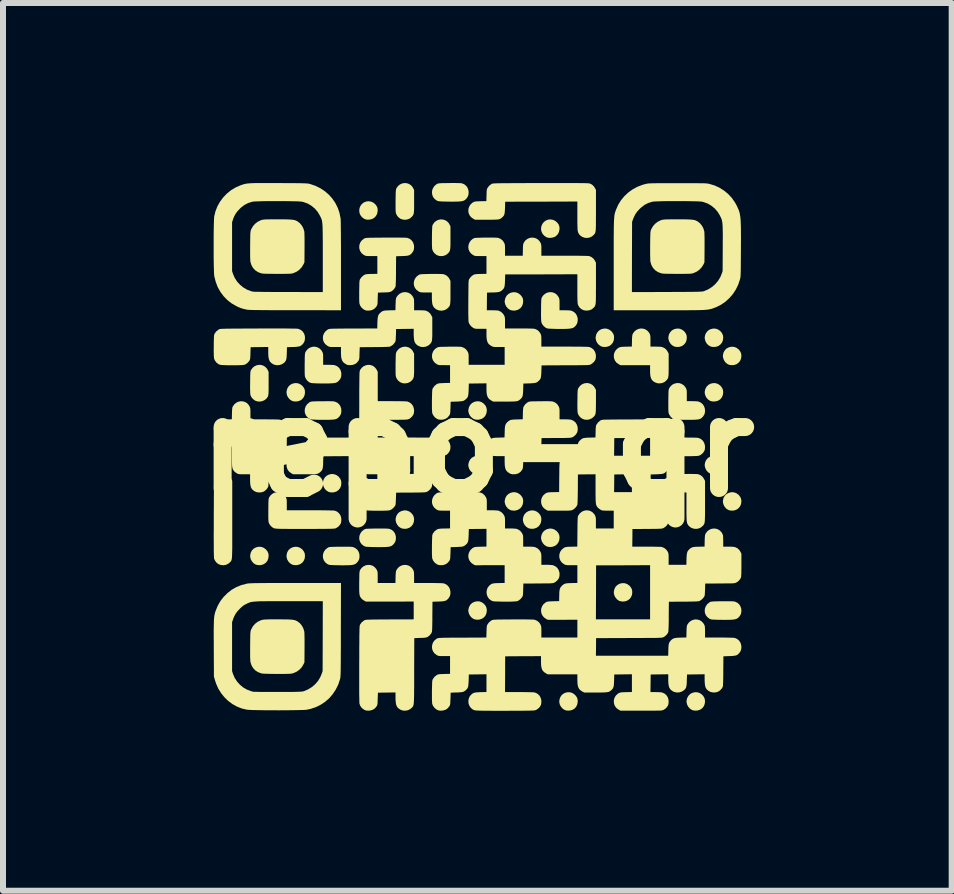
<source format=kicad_pcb>
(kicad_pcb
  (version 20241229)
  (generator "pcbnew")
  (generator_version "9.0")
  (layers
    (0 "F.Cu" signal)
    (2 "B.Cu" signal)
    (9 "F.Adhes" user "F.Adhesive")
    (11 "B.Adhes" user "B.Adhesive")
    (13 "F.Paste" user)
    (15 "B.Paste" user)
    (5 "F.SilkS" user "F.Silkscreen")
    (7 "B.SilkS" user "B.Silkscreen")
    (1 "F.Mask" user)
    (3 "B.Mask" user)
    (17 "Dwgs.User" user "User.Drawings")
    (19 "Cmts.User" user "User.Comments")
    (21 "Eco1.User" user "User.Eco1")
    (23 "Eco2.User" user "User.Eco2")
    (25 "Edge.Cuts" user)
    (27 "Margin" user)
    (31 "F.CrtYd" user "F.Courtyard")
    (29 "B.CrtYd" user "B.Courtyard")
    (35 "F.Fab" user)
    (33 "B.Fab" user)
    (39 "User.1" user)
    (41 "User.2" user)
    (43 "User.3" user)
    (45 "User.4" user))
  (footprint "repo-qr"
    (layer "F.Cu")
    (at 4.906 4.394)
    (property "Reference" "repo-qr" (at 0 0 0) (layer "F.SilkS") (effects (font (size 1.524 1.524) (thickness 0.3))))
    (attr board_only exclude_from_pos_files exclude_from_bom)
    (fp_poly (pts (xy -3.602 1.671) (xy -3.563 1.685) (xy -3.529 1.709) (xy -3.519 1.719) (xy -3.496 1.75) (xy -3.483 1.781) (xy -3.479 1.817) (xy -3.479 1.822) (xy -3.485 1.866) (xy -3.501 1.905) (xy -3.526 1.936) (xy -3.56 1.959) (xy -3.6 1.973) (xy -3.634 1.976) (xy -3.666 1.973) (xy -3.693 1.966) (xy -3.697 1.964) (xy -3.73 1.943) (xy -3.757 1.912) (xy -3.777 1.876) (xy -3.786 1.837) (xy -3.786 1.81) (xy -3.776 1.765) (xy -3.756 1.728) (xy -3.726 1.699) (xy -3.689 1.679) (xy -3.645 1.669) (xy -3.643 1.669)) (stroke (width 0) (type solid)) (fill yes) (layer "F.SilkS"))
    (fp_poly (pts (xy -2.996 -1.057) (xy -2.957 -1.043) (xy -2.922 -1.018) (xy -2.913 -1.009) (xy -2.89 -0.978) (xy -2.877 -0.947) (xy -2.873 -0.91) (xy -2.873 -0.906) (xy -2.878 -0.862) (xy -2.895 -0.823) (xy -2.92 -0.791) (xy -2.953 -0.768) (xy -2.994 -0.755) (xy -3.027 -0.752) (xy -3.06 -0.754) (xy -3.087 -0.762) (xy -3.091 -0.763) (xy -3.124 -0.785) (xy -3.151 -0.815) (xy -3.171 -0.851) (xy -3.18 -0.891) (xy -3.18 -0.918) (xy -3.17 -0.962) (xy -3.15 -0.999) (xy -3.12 -1.029) (xy -3.083 -1.049) (xy -3.039 -1.059) (xy -3.037 -1.059)) (stroke (width 0) (type solid)) (fill yes) (layer "F.SilkS"))
    (fp_poly (pts (xy -2.996 1.671) (xy -2.957 1.685) (xy -2.922 1.709) (xy -2.913 1.719) (xy -2.89 1.75) (xy -2.877 1.781) (xy -2.873 1.817) (xy -2.873 1.822) (xy -2.878 1.866) (xy -2.895 1.905) (xy -2.92 1.936) (xy -2.953 1.959) (xy -2.994 1.973) (xy -3.027 1.976) (xy -3.06 1.973) (xy -3.087 1.966) (xy -3.091 1.964) (xy -3.124 1.943) (xy -3.151 1.912) (xy -3.171 1.876) (xy -3.18 1.837) (xy -3.18 1.81) (xy -3.17 1.765) (xy -3.15 1.728) (xy -3.12 1.699) (xy -3.083 1.679) (xy -3.039 1.669) (xy -3.037 1.669)) (stroke (width 0) (type solid)) (fill yes) (layer "F.SilkS"))
    (fp_poly (pts (xy -2.39 0.459) (xy -2.351 0.473) (xy -2.316 0.497) (xy -2.307 0.507) (xy -2.284 0.537) (xy -2.271 0.569) (xy -2.267 0.605) (xy -2.267 0.609) (xy -2.272 0.654) (xy -2.288 0.692) (xy -2.314 0.724) (xy -2.347 0.747) (xy -2.388 0.761) (xy -2.421 0.764) (xy -2.454 0.761) (xy -2.481 0.754) (xy -2.484 0.752) (xy -2.518 0.73) (xy -2.545 0.7) (xy -2.564 0.664) (xy -2.574 0.625) (xy -2.574 0.597) (xy -2.564 0.553) (xy -2.544 0.516) (xy -2.514 0.487) (xy -2.477 0.467) (xy -2.433 0.456) (xy -2.431 0.456)) (stroke (width 0) (type solid)) (fill yes) (layer "F.SilkS"))
    (fp_poly (pts (xy -1.77 -4.083) (xy -1.732 -4.066) (xy -1.699 -4.037) (xy -1.698 -4.036) (xy -1.677 -4.007) (xy -1.665 -3.978) (xy -1.661 -3.945) (xy -1.662 -3.924) (xy -1.67 -3.881) (xy -1.69 -3.844) (xy -1.72 -3.813) (xy -1.733 -3.804) (xy -1.766 -3.79) (xy -1.804 -3.783) (xy -1.842 -3.783) (xy -1.875 -3.792) (xy -1.878 -3.793) (xy -1.915 -3.817) (xy -1.942 -3.847) (xy -1.96 -3.882) (xy -1.968 -3.919) (xy -1.967 -3.958) (xy -1.957 -3.995) (xy -1.937 -4.03) (xy -1.907 -4.059) (xy -1.89 -4.07) (xy -1.851 -4.086) (xy -1.811 -4.09)) (stroke (width 0) (type solid)) (fill yes) (layer "F.SilkS"))
    (fp_poly (pts (xy -1.178 1.065) (xy -1.139 1.079) (xy -1.104 1.103) (xy -1.095 1.113) (xy -1.072 1.143) (xy -1.059 1.175) (xy -1.054 1.211) (xy -1.054 1.215) (xy -1.06 1.26) (xy -1.076 1.298) (xy -1.102 1.33) (xy -1.135 1.353) (xy -1.175 1.367) (xy -1.209 1.37) (xy -1.241 1.367) (xy -1.269 1.36) (xy -1.272 1.358) (xy -1.306 1.337) (xy -1.333 1.306) (xy -1.352 1.27) (xy -1.362 1.231) (xy -1.362 1.203) (xy -1.352 1.159) (xy -1.331 1.122) (xy -1.302 1.093) (xy -1.264 1.073) (xy -1.22 1.063) (xy -1.219 1.062)) (stroke (width 0) (type solid)) (fill yes) (layer "F.SilkS"))
    (fp_poly (pts (xy 0.035 -0.754) (xy 0.074 -0.74) (xy 0.108 -0.715) (xy 0.117 -0.706) (xy 0.141 -0.675) (xy 0.153 -0.644) (xy 0.158 -0.607) (xy 0.158 -0.603) (xy 0.152 -0.559) (xy 0.136 -0.52) (xy 0.111 -0.488) (xy 0.077 -0.465) (xy 0.037 -0.452) (xy 0.003 -0.448) (xy -0.029 -0.451) (xy -0.057 -0.459) (xy -0.06 -0.46) (xy -0.093 -0.482) (xy -0.121 -0.512) (xy -0.14 -0.548) (xy -0.15 -0.587) (xy -0.15 -0.615) (xy -0.139 -0.659) (xy -0.119 -0.696) (xy -0.09 -0.725) (xy -0.052 -0.746) (xy -0.008 -0.756) (xy -0.007 -0.756)) (stroke (width 0) (type solid)) (fill yes) (layer "F.SilkS"))
    (fp_poly (pts (xy 0.035 0.156) (xy 0.074 0.17) (xy 0.108 0.194) (xy 0.117 0.203) (xy 0.141 0.234) (xy 0.153 0.265) (xy 0.158 0.302) (xy 0.158 0.306) (xy 0.152 0.351) (xy 0.136 0.389) (xy 0.111 0.421) (xy 0.077 0.444) (xy 0.037 0.458) (xy 0.003 0.461) (xy -0.029 0.458) (xy -0.057 0.451) (xy -0.06 0.449) (xy -0.093 0.427) (xy -0.121 0.397) (xy -0.14 0.361) (xy -0.15 0.322) (xy -0.15 0.294) (xy -0.139 0.25) (xy -0.119 0.213) (xy -0.09 0.184) (xy -0.052 0.163) (xy -0.008 0.153) (xy -0.007 0.153)) (stroke (width 0) (type solid)) (fill yes) (layer "F.SilkS"))
    (fp_poly (pts (xy 0.035 2.58) (xy 0.074 2.594) (xy 0.108 2.619) (xy 0.117 2.628) (xy 0.141 2.659) (xy 0.153 2.69) (xy 0.158 2.726) (xy 0.158 2.731) (xy 0.152 2.775) (xy 0.136 2.814) (xy 0.111 2.845) (xy 0.077 2.868) (xy 0.037 2.882) (xy 0.003 2.885) (xy -0.029 2.882) (xy -0.057 2.875) (xy -0.06 2.874) (xy -0.093 2.852) (xy -0.121 2.821) (xy -0.14 2.785) (xy -0.15 2.746) (xy -0.15 2.719) (xy -0.139 2.675) (xy -0.119 2.637) (xy -0.09 2.608) (xy -0.052 2.588) (xy -0.008 2.578) (xy -0.007 2.578)) (stroke (width 0) (type solid)) (fill yes) (layer "F.SilkS"))
    (fp_poly (pts (xy 0.641 -2.572) (xy 0.68 -2.558) (xy 0.714 -2.533) (xy 0.723 -2.524) (xy 0.747 -2.493) (xy 0.76 -2.462) (xy 0.764 -2.426) (xy 0.764 -2.421) (xy 0.758 -2.377) (xy 0.742 -2.338) (xy 0.717 -2.307) (xy 0.683 -2.284) (xy 0.643 -2.27) (xy 0.609 -2.267) (xy 0.577 -2.27) (xy 0.549 -2.277) (xy 0.546 -2.278) (xy 0.513 -2.3) (xy 0.485 -2.331) (xy 0.466 -2.367) (xy 0.456 -2.406) (xy 0.456 -2.433) (xy 0.467 -2.477) (xy 0.487 -2.515) (xy 0.517 -2.544) (xy 0.554 -2.564) (xy 0.598 -2.574) (xy 0.6 -2.574)) (stroke (width 0) (type solid)) (fill yes) (layer "F.SilkS"))
    (fp_poly (pts (xy 0.641 0.762) (xy 0.68 0.776) (xy 0.714 0.8) (xy 0.723 0.81) (xy 0.747 0.84) (xy 0.76 0.872) (xy 0.764 0.908) (xy 0.764 0.912) (xy 0.758 0.957) (xy 0.742 0.995) (xy 0.717 1.027) (xy 0.683 1.05) (xy 0.643 1.064) (xy 0.609 1.067) (xy 0.577 1.064) (xy 0.549 1.057) (xy 0.546 1.055) (xy 0.513 1.034) (xy 0.485 1.003) (xy 0.466 0.967) (xy 0.456 0.928) (xy 0.456 0.9) (xy 0.467 0.856) (xy 0.487 0.819) (xy 0.517 0.79) (xy 0.554 0.77) (xy 0.598 0.759) (xy 0.6 0.759)) (stroke (width 0) (type solid)) (fill yes) (layer "F.SilkS"))
    (fp_poly (pts (xy 0.944 1.065) (xy 0.983 1.079) (xy 1.017 1.103) (xy 1.027 1.113) (xy 1.05 1.143) (xy 1.063 1.175) (xy 1.067 1.211) (xy 1.067 1.215) (xy 1.061 1.26) (xy 1.045 1.298) (xy 1.02 1.33) (xy 0.986 1.353) (xy 0.946 1.367) (xy 0.912 1.37) (xy 0.88 1.367) (xy 0.852 1.36) (xy 0.849 1.358) (xy 0.816 1.337) (xy 0.788 1.306) (xy 0.769 1.27) (xy 0.76 1.231) (xy 0.759 1.203) (xy 0.77 1.159) (xy 0.79 1.122) (xy 0.82 1.093) (xy 0.857 1.073) (xy 0.901 1.063) (xy 0.903 1.062)) (stroke (width 0) (type solid)) (fill yes) (layer "F.SilkS"))
    (fp_poly (pts (xy 1.247 1.368) (xy 1.286 1.382) (xy 1.32 1.406) (xy 1.33 1.416) (xy 1.353 1.446) (xy 1.366 1.478) (xy 1.37 1.514) (xy 1.37 1.518) (xy 1.364 1.563) (xy 1.348 1.601) (xy 1.323 1.633) (xy 1.289 1.656) (xy 1.249 1.67) (xy 1.215 1.673) (xy 1.183 1.67) (xy 1.155 1.663) (xy 1.152 1.661) (xy 1.119 1.64) (xy 1.092 1.609) (xy 1.072 1.573) (xy 1.063 1.534) (xy 1.062 1.506) (xy 1.073 1.462) (xy 1.093 1.425) (xy 1.123 1.396) (xy 1.16 1.376) (xy 1.204 1.366) (xy 1.206 1.365)) (stroke (width 0) (type solid)) (fill yes) (layer "F.SilkS"))
    (fp_poly (pts (xy 1.26 -3.78) (xy 1.298 -3.763) (xy 1.331 -3.734) (xy 1.332 -3.733) (xy 1.354 -3.704) (xy 1.365 -3.675) (xy 1.37 -3.642) (xy 1.369 -3.621) (xy 1.36 -3.578) (xy 1.341 -3.54) (xy 1.311 -3.51) (xy 1.298 -3.501) (xy 1.265 -3.487) (xy 1.227 -3.48) (xy 1.189 -3.48) (xy 1.155 -3.489) (xy 1.152 -3.49) (xy 1.116 -3.514) (xy 1.089 -3.544) (xy 1.071 -3.579) (xy 1.062 -3.616) (xy 1.063 -3.655) (xy 1.074 -3.692) (xy 1.094 -3.727) (xy 1.124 -3.756) (xy 1.14 -3.767) (xy 1.179 -3.783) (xy 1.22 -3.787)) (stroke (width 0) (type solid)) (fill yes) (layer "F.SilkS"))
    (fp_poly (pts (xy 1.55 4.095) (xy 1.589 4.109) (xy 1.623 4.134) (xy 1.633 4.143) (xy 1.656 4.174) (xy 1.669 4.205) (xy 1.673 4.241) (xy 1.673 4.246) (xy 1.667 4.29) (xy 1.651 4.329) (xy 1.626 4.361) (xy 1.592 4.384) (xy 1.552 4.397) (xy 1.518 4.4) (xy 1.486 4.398) (xy 1.459 4.39) (xy 1.455 4.389) (xy 1.422 4.367) (xy 1.395 4.337) (xy 1.375 4.301) (xy 1.366 4.261) (xy 1.366 4.234) (xy 1.376 4.19) (xy 1.396 4.153) (xy 1.426 4.123) (xy 1.463 4.103) (xy 1.507 4.093) (xy 1.509 4.093)) (stroke (width 0) (type solid)) (fill yes) (layer "F.SilkS"))
    (fp_poly (pts (xy 2.156 -1.966) (xy 2.195 -1.952) (xy 2.23 -1.927) (xy 2.239 -1.918) (xy 2.262 -1.887) (xy 2.275 -1.856) (xy 2.279 -1.82) (xy 2.279 -1.815) (xy 2.274 -1.771) (xy 2.257 -1.732) (xy 2.232 -1.701) (xy 2.199 -1.677) (xy 2.158 -1.664) (xy 2.125 -1.661) (xy 2.092 -1.663) (xy 2.065 -1.671) (xy 2.061 -1.672) (xy 2.028 -1.694) (xy 2.001 -1.724) (xy 1.981 -1.761) (xy 1.972 -1.8) (xy 1.972 -1.827) (xy 1.982 -1.871) (xy 2.002 -1.908) (xy 2.032 -1.938) (xy 2.069 -1.958) (xy 2.113 -1.968) (xy 2.115 -1.968)) (stroke (width 0) (type solid)) (fill yes) (layer "F.SilkS"))
    (fp_poly (pts (xy 2.459 2.277) (xy 2.498 2.291) (xy 2.533 2.316) (xy 2.542 2.325) (xy 2.565 2.356) (xy 2.578 2.387) (xy 2.582 2.423) (xy 2.582 2.428) (xy 2.577 2.472) (xy 2.56 2.511) (xy 2.535 2.542) (xy 2.502 2.565) (xy 2.461 2.579) (xy 2.428 2.582) (xy 2.395 2.579) (xy 2.368 2.572) (xy 2.364 2.571) (xy 2.331 2.549) (xy 2.304 2.518) (xy 2.284 2.482) (xy 2.275 2.443) (xy 2.275 2.416) (xy 2.285 2.372) (xy 2.305 2.334) (xy 2.335 2.305) (xy 2.372 2.285) (xy 2.416 2.275) (xy 2.418 2.275)) (stroke (width 0) (type solid)) (fill yes) (layer "F.SilkS"))
    (fp_poly (pts (xy 3.368 -1.966) (xy 3.407 -1.952) (xy 3.442 -1.927) (xy 3.451 -1.918) (xy 3.474 -1.887) (xy 3.487 -1.856) (xy 3.491 -1.82) (xy 3.491 -1.815) (xy 3.486 -1.771) (xy 3.47 -1.732) (xy 3.444 -1.701) (xy 3.411 -1.677) (xy 3.371 -1.664) (xy 3.337 -1.661) (xy 3.305 -1.663) (xy 3.277 -1.671) (xy 3.274 -1.672) (xy 3.24 -1.694) (xy 3.213 -1.724) (xy 3.194 -1.761) (xy 3.184 -1.8) (xy 3.184 -1.827) (xy 3.194 -1.871) (xy 3.215 -1.908) (xy 3.244 -1.938) (xy 3.281 -1.958) (xy 3.326 -1.968) (xy 3.327 -1.968)) (stroke (width 0) (type solid)) (fill yes) (layer "F.SilkS"))
    (fp_poly (pts (xy 3.671 4.095) (xy 3.71 4.109) (xy 3.745 4.134) (xy 3.754 4.143) (xy 3.777 4.174) (xy 3.79 4.205) (xy 3.794 4.241) (xy 3.795 4.246) (xy 3.789 4.29) (xy 3.773 4.329) (xy 3.747 4.361) (xy 3.714 4.384) (xy 3.674 4.397) (xy 3.64 4.4) (xy 3.608 4.398) (xy 3.58 4.39) (xy 3.577 4.389) (xy 3.543 4.367) (xy 3.516 4.337) (xy 3.497 4.301) (xy 3.487 4.261) (xy 3.487 4.234) (xy 3.497 4.19) (xy 3.518 4.153) (xy 3.547 4.123) (xy 3.584 4.103) (xy 3.629 4.093) (xy 3.63 4.093)) (stroke (width 0) (type solid)) (fill yes) (layer "F.SilkS"))
    (fp_poly (pts (xy 3.974 -1.966) (xy 4.013 -1.952) (xy 4.048 -1.927) (xy 4.057 -1.918) (xy 4.08 -1.887) (xy 4.093 -1.856) (xy 4.098 -1.82) (xy 4.098 -1.815) (xy 4.092 -1.771) (xy 4.076 -1.732) (xy 4.05 -1.701) (xy 4.017 -1.677) (xy 3.977 -1.664) (xy 3.943 -1.661) (xy 3.911 -1.663) (xy 3.883 -1.671) (xy 3.88 -1.672) (xy 3.846 -1.694) (xy 3.819 -1.724) (xy 3.8 -1.761) (xy 3.79 -1.8) (xy 3.79 -1.827) (xy 3.8 -1.871) (xy 3.821 -1.908) (xy 3.85 -1.938) (xy 3.887 -1.958) (xy 3.932 -1.968) (xy 3.933 -1.968)) (stroke (width 0) (type solid)) (fill yes) (layer "F.SilkS"))
    (fp_poly (pts (xy 3.974 -1.057) (xy 4.013 -1.043) (xy 4.048 -1.018) (xy 4.057 -1.009) (xy 4.08 -0.978) (xy 4.093 -0.947) (xy 4.098 -0.91) (xy 4.098 -0.906) (xy 4.092 -0.862) (xy 4.076 -0.823) (xy 4.05 -0.791) (xy 4.017 -0.768) (xy 3.977 -0.755) (xy 3.943 -0.752) (xy 3.911 -0.754) (xy 3.883 -0.762) (xy 3.88 -0.763) (xy 3.846 -0.785) (xy 3.819 -0.815) (xy 3.8 -0.851) (xy 3.79 -0.891) (xy 3.79 -0.918) (xy 3.8 -0.962) (xy 3.821 -0.999) (xy 3.85 -1.029) (xy 3.887 -1.049) (xy 3.932 -1.059) (xy 3.933 -1.059)) (stroke (width 0) (type solid)) (fill yes) (layer "F.SilkS"))
    (fp_poly (pts (xy 3.974 0.156) (xy 4.013 0.17) (xy 4.048 0.194) (xy 4.057 0.203) (xy 4.08 0.234) (xy 4.093 0.265) (xy 4.098 0.302) (xy 4.098 0.306) (xy 4.092 0.351) (xy 4.076 0.389) (xy 4.05 0.421) (xy 4.017 0.444) (xy 3.977 0.458) (xy 3.943 0.461) (xy 3.911 0.458) (xy 3.883 0.451) (xy 3.88 0.449) (xy 3.846 0.427) (xy 3.819 0.397) (xy 3.8 0.361) (xy 3.79 0.322) (xy 3.79 0.294) (xy 3.8 0.25) (xy 3.821 0.213) (xy 3.85 0.184) (xy 3.887 0.163) (xy 3.932 0.153) (xy 3.933 0.153)) (stroke (width 0) (type solid)) (fill yes) (layer "F.SilkS"))
    (fp_poly (pts (xy 4.277 -1.663) (xy 4.316 -1.649) (xy 4.351 -1.624) (xy 4.36 -1.615) (xy 4.383 -1.584) (xy 4.396 -1.553) (xy 4.401 -1.517) (xy 4.401 -1.512) (xy 4.395 -1.468) (xy 4.379 -1.429) (xy 4.353 -1.398) (xy 4.32 -1.374) (xy 4.28 -1.361) (xy 4.246 -1.358) (xy 4.214 -1.36) (xy 4.186 -1.368) (xy 4.183 -1.369) (xy 4.149 -1.391) (xy 4.122 -1.421) (xy 4.103 -1.458) (xy 4.093 -1.497) (xy 4.093 -1.524) (xy 4.103 -1.568) (xy 4.124 -1.605) (xy 4.153 -1.635) (xy 4.191 -1.655) (xy 4.235 -1.665) (xy 4.236 -1.665)) (stroke (width 0) (type solid)) (fill yes) (layer "F.SilkS"))
    (fp_poly (pts (xy 4.277 -0.45) (xy 4.316 -0.437) (xy 4.351 -0.412) (xy 4.36 -0.403) (xy 4.383 -0.372) (xy 4.396 -0.341) (xy 4.401 -0.304) (xy 4.401 -0.3) (xy 4.395 -0.255) (xy 4.379 -0.217) (xy 4.353 -0.185) (xy 4.32 -0.162) (xy 4.28 -0.149) (xy 4.246 -0.145) (xy 4.214 -0.148) (xy 4.186 -0.156) (xy 4.183 -0.157) (xy 4.149 -0.179) (xy 4.122 -0.209) (xy 4.103 -0.245) (xy 4.093 -0.284) (xy 4.093 -0.312) (xy 4.103 -0.356) (xy 4.124 -0.393) (xy 4.153 -0.422) (xy 4.191 -0.443) (xy 4.235 -0.453) (xy 4.236 -0.453)) (stroke (width 0) (type solid)) (fill yes) (layer "F.SilkS"))
    (fp_poly (pts (xy 4.277 0.762) (xy 4.316 0.776) (xy 4.351 0.8) (xy 4.36 0.81) (xy 4.383 0.84) (xy 4.396 0.872) (xy 4.401 0.908) (xy 4.401 0.912) (xy 4.395 0.957) (xy 4.379 0.995) (xy 4.353 1.027) (xy 4.32 1.05) (xy 4.28 1.064) (xy 4.246 1.067) (xy 4.214 1.064) (xy 4.186 1.057) (xy 4.183 1.055) (xy 4.149 1.034) (xy 4.122 1.003) (xy 4.103 0.967) (xy 4.093 0.928) (xy 4.093 0.9) (xy 4.103 0.856) (xy 4.124 0.819) (xy 4.153 0.79) (xy 4.191 0.77) (xy 4.235 0.759) (xy 4.236 0.759)) (stroke (width 0) (type solid)) (fill yes) (layer "F.SilkS"))
    (fp_poly (pts (xy -3.604 -1.361) (xy -3.567 -1.35) (xy -3.534 -1.329) (xy -3.507 -1.3) (xy -3.496 -1.281) (xy -3.479 -1.247) (xy -3.479 -1.056) (xy -3.479 -0.999) (xy -3.479 -0.952) (xy -3.48 -0.915) (xy -3.481 -0.886) (xy -3.484 -0.864) (xy -3.487 -0.847) (xy -3.492 -0.833) (xy -3.499 -0.822) (xy -3.508 -0.81) (xy -3.516 -0.8) (xy -3.547 -0.775) (xy -3.584 -0.758) (xy -3.624 -0.751) (xy -3.665 -0.753) (xy -3.704 -0.767) (xy -3.71 -0.77) (xy -3.744 -0.797) (xy -3.77 -0.832) (xy -3.782 -0.862) (xy -3.784 -0.877) (xy -3.786 -0.903) (xy -3.787 -0.94) (xy -3.788 -0.989) (xy -3.787 -1.049) (xy -3.787 -1.07) (xy -3.786 -1.123) (xy -3.786 -1.165) (xy -3.785 -1.198) (xy -3.784 -1.223) (xy -3.782 -1.241) (xy -3.78 -1.254) (xy -3.778 -1.264) (xy -3.775 -1.272) (xy -3.771 -1.279) (xy -3.746 -1.313) (xy -3.715 -1.339) (xy -3.68 -1.355) (xy -3.642 -1.363)) (stroke (width 0) (type solid)) (fill yes) (layer "F.SilkS"))
    (fp_poly (pts (xy -1.179 -4.391) (xy -1.143 -4.38) (xy -1.11 -4.36) (xy -1.082 -4.33) (xy -1.072 -4.312) (xy -1.054 -4.278) (xy -1.054 -4.087) (xy -1.054 -4.029) (xy -1.054 -3.983) (xy -1.055 -3.946) (xy -1.057 -3.917) (xy -1.059 -3.895) (xy -1.063 -3.877) (xy -1.068 -3.864) (xy -1.075 -3.852) (xy -1.083 -3.841) (xy -1.092 -3.831) (xy -1.122 -3.805) (xy -1.159 -3.788) (xy -1.2 -3.781) (xy -1.241 -3.784) (xy -1.279 -3.797) (xy -1.285 -3.8) (xy -1.32 -3.827) (xy -1.345 -3.862) (xy -1.357 -3.892) (xy -1.36 -3.907) (xy -1.362 -3.933) (xy -1.363 -3.97) (xy -1.363 -4.019) (xy -1.363 -4.08) (xy -1.363 -4.101) (xy -1.362 -4.154) (xy -1.361 -4.196) (xy -1.361 -4.229) (xy -1.359 -4.253) (xy -1.358 -4.271) (xy -1.356 -4.285) (xy -1.353 -4.295) (xy -1.35 -4.303) (xy -1.347 -4.309) (xy -1.322 -4.344) (xy -1.291 -4.369) (xy -1.255 -4.386) (xy -1.217 -4.393)) (stroke (width 0) (type solid)) (fill yes) (layer "F.SilkS"))
    (fp_poly (pts (xy -1.179 -1.664) (xy -1.143 -1.653) (xy -1.11 -1.632) (xy -1.082 -1.603) (xy -1.072 -1.584) (xy -1.054 -1.55) (xy -1.054 -1.359) (xy -1.054 -1.302) (xy -1.054 -1.255) (xy -1.055 -1.218) (xy -1.057 -1.189) (xy -1.059 -1.167) (xy -1.063 -1.15) (xy -1.068 -1.136) (xy -1.075 -1.125) (xy -1.083 -1.113) (xy -1.092 -1.104) (xy -1.122 -1.078) (xy -1.159 -1.061) (xy -1.2 -1.054) (xy -1.241 -1.056) (xy -1.279 -1.07) (xy -1.285 -1.073) (xy -1.32 -1.1) (xy -1.345 -1.135) (xy -1.357 -1.165) (xy -1.36 -1.18) (xy -1.362 -1.206) (xy -1.363 -1.243) (xy -1.363 -1.292) (xy -1.363 -1.352) (xy -1.363 -1.373) (xy -1.362 -1.426) (xy -1.361 -1.468) (xy -1.361 -1.501) (xy -1.359 -1.526) (xy -1.358 -1.544) (xy -1.356 -1.557) (xy -1.353 -1.567) (xy -1.35 -1.575) (xy -1.347 -1.582) (xy -1.322 -1.616) (xy -1.291 -1.642) (xy -1.255 -1.658) (xy -1.217 -1.666)) (stroke (width 0) (type solid)) (fill yes) (layer "F.SilkS"))
    (fp_poly (pts (xy -0.573 -3.785) (xy -0.537 -3.774) (xy -0.504 -3.754) (xy -0.476 -3.724) (xy -0.466 -3.706) (xy -0.448 -3.671) (xy -0.448 -3.481) (xy -0.448 -3.423) (xy -0.448 -3.376) (xy -0.449 -3.34) (xy -0.451 -3.311) (xy -0.453 -3.289) (xy -0.457 -3.271) (xy -0.462 -3.258) (xy -0.468 -3.246) (xy -0.477 -3.235) (xy -0.485 -3.225) (xy -0.516 -3.199) (xy -0.553 -3.182) (xy -0.594 -3.175) (xy -0.635 -3.178) (xy -0.673 -3.191) (xy -0.679 -3.194) (xy -0.713 -3.221) (xy -0.739 -3.256) (xy -0.751 -3.286) (xy -0.754 -3.301) (xy -0.755 -3.327) (xy -0.757 -3.364) (xy -0.757 -3.413) (xy -0.757 -3.474) (xy -0.757 -3.495) (xy -0.756 -3.548) (xy -0.755 -3.59) (xy -0.754 -3.622) (xy -0.753 -3.647) (xy -0.752 -3.665) (xy -0.75 -3.679) (xy -0.747 -3.689) (xy -0.744 -3.697) (xy -0.741 -3.703) (xy -0.716 -3.738) (xy -0.685 -3.763) (xy -0.649 -3.78) (xy -0.611 -3.787)) (stroke (width 0) (type solid)) (fill yes) (layer "F.SilkS"))
    (fp_poly (pts (xy 1.851 -1.058) (xy 1.888 -1.046) (xy 1.921 -1.026) (xy 1.948 -0.996) (xy 1.959 -0.978) (xy 1.977 -0.944) (xy 1.977 -0.753) (xy 1.976 -0.695) (xy 1.976 -0.649) (xy 1.975 -0.612) (xy 1.974 -0.583) (xy 1.971 -0.561) (xy 1.968 -0.544) (xy 1.963 -0.53) (xy 1.956 -0.518) (xy 1.948 -0.507) (xy 1.939 -0.497) (xy 1.908 -0.472) (xy 1.871 -0.455) (xy 1.831 -0.447) (xy 1.79 -0.45) (xy 1.751 -0.464) (xy 1.745 -0.467) (xy 1.711 -0.493) (xy 1.685 -0.529) (xy 1.673 -0.559) (xy 1.671 -0.574) (xy 1.669 -0.6) (xy 1.668 -0.637) (xy 1.667 -0.685) (xy 1.668 -0.746) (xy 1.668 -0.767) (xy 1.669 -0.82) (xy 1.669 -0.862) (xy 1.67 -0.895) (xy 1.671 -0.92) (xy 1.673 -0.938) (xy 1.675 -0.951) (xy 1.677 -0.961) (xy 1.68 -0.969) (xy 1.684 -0.975) (xy 1.709 -1.01) (xy 1.74 -1.036) (xy 1.775 -1.052) (xy 1.813 -1.06)) (stroke (width 0) (type solid)) (fill yes) (layer "F.SilkS"))
    (fp_poly (pts (xy -2.465 -0.757) (xy -2.424 -0.756) (xy -2.394 -0.754) (xy -2.378 -0.751) (xy -2.377 -0.751) (xy -2.337 -0.734) (xy -2.305 -0.707) (xy -2.282 -0.673) (xy -2.269 -0.632) (xy -2.267 -0.602) (xy -2.269 -0.564) (xy -2.279 -0.533) (xy -2.297 -0.505) (xy -2.304 -0.497) (xy -2.32 -0.481) (xy -2.337 -0.468) (xy -2.358 -0.459) (xy -2.383 -0.453) (xy -2.416 -0.45) (xy -2.459 -0.448) (xy -2.476 -0.447) (xy -2.52 -0.447) (xy -2.571 -0.447) (xy -2.622 -0.447) (xy -2.669 -0.448) (xy -2.674 -0.448) (xy -2.712 -0.45) (xy -2.74 -0.451) (xy -2.76 -0.453) (xy -2.775 -0.456) (xy -2.787 -0.46) (xy -2.798 -0.465) (xy -2.804 -0.468) (xy -2.837 -0.494) (xy -2.86 -0.526) (xy -2.874 -0.562) (xy -2.878 -0.601) (xy -2.873 -0.639) (xy -2.859 -0.676) (xy -2.835 -0.709) (xy -2.802 -0.736) (xy -2.791 -0.743) (xy -2.783 -0.746) (xy -2.774 -0.749) (xy -2.762 -0.751) (xy -2.745 -0.753) (xy -2.722 -0.754) (xy -2.691 -0.755) (xy -2.651 -0.756) (xy -2.6 -0.756) (xy -2.585 -0.756) (xy -2.519 -0.757)) (stroke (width 0) (type solid)) (fill yes) (layer "F.SilkS"))
    (fp_poly (pts (xy -2.162 1.668) (xy -2.12 1.669) (xy -2.091 1.671) (xy -2.075 1.673) (xy -2.074 1.673) (xy -2.034 1.691) (xy -2.002 1.717) (xy -1.979 1.751) (xy -1.966 1.792) (xy -1.964 1.822) (xy -1.966 1.86) (xy -1.976 1.891) (xy -1.994 1.919) (xy -2.001 1.927) (xy -2.017 1.944) (xy -2.034 1.956) (xy -2.055 1.965) (xy -2.08 1.971) (xy -2.113 1.975) (xy -2.156 1.977) (xy -2.172 1.977) (xy -2.217 1.978) (xy -2.268 1.978) (xy -2.319 1.977) (xy -2.366 1.976) (xy -2.371 1.976) (xy -2.409 1.975) (xy -2.437 1.973) (xy -2.457 1.972) (xy -2.472 1.969) (xy -2.484 1.965) (xy -2.495 1.959) (xy -2.501 1.956) (xy -2.534 1.93) (xy -2.557 1.898) (xy -2.571 1.862) (xy -2.575 1.824) (xy -2.57 1.785) (xy -2.556 1.749) (xy -2.532 1.716) (xy -2.499 1.689) (xy -2.488 1.682) (xy -2.48 1.678) (xy -2.471 1.676) (xy -2.459 1.673) (xy -2.442 1.672) (xy -2.418 1.671) (xy -2.388 1.67) (xy -2.348 1.669) (xy -2.297 1.668) (xy -2.282 1.668) (xy -2.216 1.668)) (stroke (width 0) (type solid)) (fill yes) (layer "F.SilkS"))
    (fp_poly (pts (xy -1.556 1.365) (xy -1.514 1.366) (xy -1.485 1.368) (xy -1.468 1.37) (xy -1.468 1.37) (xy -1.428 1.387) (xy -1.396 1.414) (xy -1.373 1.448) (xy -1.36 1.489) (xy -1.357 1.519) (xy -1.36 1.557) (xy -1.37 1.588) (xy -1.388 1.616) (xy -1.395 1.624) (xy -1.411 1.641) (xy -1.428 1.653) (xy -1.449 1.662) (xy -1.474 1.668) (xy -1.507 1.672) (xy -1.549 1.674) (xy -1.566 1.674) (xy -1.611 1.675) (xy -1.662 1.675) (xy -1.713 1.674) (xy -1.76 1.673) (xy -1.765 1.673) (xy -1.803 1.672) (xy -1.831 1.67) (xy -1.851 1.669) (xy -1.866 1.666) (xy -1.878 1.662) (xy -1.889 1.656) (xy -1.895 1.653) (xy -1.928 1.627) (xy -1.951 1.595) (xy -1.965 1.559) (xy -1.969 1.521) (xy -1.964 1.482) (xy -1.949 1.446) (xy -1.926 1.413) (xy -1.893 1.386) (xy -1.881 1.379) (xy -1.874 1.375) (xy -1.865 1.372) (xy -1.853 1.37) (xy -1.836 1.369) (xy -1.812 1.367) (xy -1.782 1.367) (xy -1.741 1.366) (xy -1.691 1.365) (xy -1.676 1.365) (xy -1.61 1.365)) (stroke (width 0) (type solid)) (fill yes) (layer "F.SilkS"))
    (fp_poly (pts (xy -0.344 -4.393) (xy -0.302 -4.392) (xy -0.273 -4.391) (xy -0.256 -4.388) (xy -0.256 -4.388) (xy -0.216 -4.371) (xy -0.184 -4.344) (xy -0.161 -4.31) (xy -0.148 -4.269) (xy -0.145 -4.239) (xy -0.148 -4.201) (xy -0.158 -4.17) (xy -0.176 -4.142) (xy -0.182 -4.134) (xy -0.199 -4.117) (xy -0.216 -4.105) (xy -0.236 -4.096) (xy -0.262 -4.09) (xy -0.295 -4.086) (xy -0.337 -4.084) (xy -0.354 -4.084) (xy -0.398 -4.083) (xy -0.449 -4.083) (xy -0.501 -4.084) (xy -0.547 -4.085) (xy -0.552 -4.085) (xy -0.591 -4.086) (xy -0.619 -4.088) (xy -0.639 -4.09) (xy -0.654 -4.092) (xy -0.666 -4.096) (xy -0.677 -4.102) (xy -0.682 -4.105) (xy -0.715 -4.131) (xy -0.739 -4.163) (xy -0.752 -4.199) (xy -0.757 -4.237) (xy -0.752 -4.276) (xy -0.737 -4.312) (xy -0.714 -4.345) (xy -0.681 -4.373) (xy -0.669 -4.379) (xy -0.662 -4.383) (xy -0.653 -4.386) (xy -0.64 -4.388) (xy -0.623 -4.389) (xy -0.6 -4.391) (xy -0.569 -4.392) (xy -0.529 -4.392) (xy -0.478 -4.393) (xy -0.464 -4.393) (xy -0.398 -4.394)) (stroke (width 0) (type solid)) (fill yes) (layer "F.SilkS"))
    (fp_poly (pts (xy 4.202 2.577) (xy 4.244 2.578) (xy 4.273 2.58) (xy 4.29 2.582) (xy 4.29 2.582) (xy 4.33 2.6) (xy 4.362 2.626) (xy 4.385 2.661) (xy 4.398 2.701) (xy 4.401 2.732) (xy 4.398 2.769) (xy 4.388 2.8) (xy 4.37 2.828) (xy 4.363 2.836) (xy 4.347 2.853) (xy 4.33 2.865) (xy 4.31 2.874) (xy 4.284 2.88) (xy 4.251 2.884) (xy 4.209 2.886) (xy 4.192 2.886) (xy 4.147 2.887) (xy 4.097 2.887) (xy 4.045 2.886) (xy 3.998 2.886) (xy 3.993 2.885) (xy 3.955 2.884) (xy 3.927 2.883) (xy 3.907 2.881) (xy 3.892 2.878) (xy 3.88 2.874) (xy 3.869 2.869) (xy 3.864 2.865) (xy 3.831 2.839) (xy 3.807 2.807) (xy 3.793 2.771) (xy 3.789 2.733) (xy 3.794 2.695) (xy 3.809 2.658) (xy 3.832 2.625) (xy 3.865 2.598) (xy 3.877 2.591) (xy 3.884 2.587) (xy 3.893 2.585) (xy 3.906 2.583) (xy 3.923 2.581) (xy 3.946 2.58) (xy 3.977 2.579) (xy 4.017 2.578) (xy 4.067 2.577) (xy 4.082 2.577) (xy 4.148 2.577)) (stroke (width 0) (type solid)) (fill yes) (layer "F.SilkS"))
    (fp_poly (pts (xy -0.647 -2.878) (xy -0.605 -2.877) (xy -0.576 -2.875) (xy -0.559 -2.873) (xy -0.559 -2.873) (xy -0.519 -2.855) (xy -0.487 -2.828) (xy -0.466 -2.797) (xy -0.448 -2.762) (xy -0.448 -2.571) (xy -0.448 -2.514) (xy -0.448 -2.467) (xy -0.449 -2.43) (xy -0.451 -2.402) (xy -0.453 -2.379) (xy -0.457 -2.362) (xy -0.462 -2.348) (xy -0.468 -2.337) (xy -0.477 -2.326) (xy -0.485 -2.316) (xy -0.516 -2.29) (xy -0.553 -2.273) (xy -0.594 -2.266) (xy -0.634 -2.269) (xy -0.673 -2.282) (xy -0.679 -2.285) (xy -0.705 -2.303) (xy -0.725 -2.323) (xy -0.74 -2.347) (xy -0.75 -2.377) (xy -0.755 -2.415) (xy -0.758 -2.463) (xy -0.758 -2.482) (xy -0.758 -2.57) (xy -0.854 -2.57) (xy -0.891 -2.57) (xy -0.918 -2.57) (xy -0.937 -2.572) (xy -0.951 -2.574) (xy -0.962 -2.578) (xy -0.974 -2.583) (xy -0.982 -2.588) (xy -1.016 -2.614) (xy -1.04 -2.646) (xy -1.055 -2.682) (xy -1.06 -2.72) (xy -1.055 -2.759) (xy -1.041 -2.796) (xy -1.018 -2.829) (xy -0.985 -2.856) (xy -0.972 -2.864) (xy -0.965 -2.868) (xy -0.956 -2.87) (xy -0.943 -2.872) (xy -0.926 -2.874) (xy -0.903 -2.875) (xy -0.872 -2.876) (xy -0.832 -2.877) (xy -0.781 -2.878) (xy -0.767 -2.878) (xy -0.701 -2.878)) (stroke (width 0) (type solid)) (fill yes) (layer "F.SilkS"))
    (fp_poly (pts (xy -4.212 0.457) (xy -4.175 0.468) (xy -4.142 0.487) (xy -4.115 0.517) (xy -4.102 0.537) (xy -4.085 0.571) (xy -4.085 1.217) (xy -4.085 1.323) (xy -4.085 1.417) (xy -4.085 1.501) (xy -4.085 1.573) (xy -4.085 1.637) (xy -4.085 1.691) (xy -4.086 1.737) (xy -4.087 1.776) (xy -4.088 1.808) (xy -4.089 1.834) (xy -4.091 1.855) (xy -4.093 1.872) (xy -4.096 1.885) (xy -4.099 1.895) (xy -4.103 1.903) (xy -4.107 1.91) (xy -4.112 1.916) (xy -4.117 1.921) (xy -4.122 1.927) (xy -4.153 1.953) (xy -4.19 1.97) (xy -4.23 1.977) (xy -4.271 1.974) (xy -4.31 1.961) (xy -4.316 1.958) (xy -4.35 1.931) (xy -4.375 1.896) (xy -4.388 1.866) (xy -4.389 1.857) (xy -4.39 1.84) (xy -4.391 1.815) (xy -4.392 1.781) (xy -4.393 1.738) (xy -4.393 1.685) (xy -4.393 1.622) (xy -4.394 1.548) (xy -4.394 1.463) (xy -4.393 1.366) (xy -4.393 1.258) (xy -4.393 1.203) (xy -4.393 1.099) (xy -4.392 1.007) (xy -4.392 0.926) (xy -4.392 0.855) (xy -4.391 0.794) (xy -4.391 0.742) (xy -4.391 0.698) (xy -4.39 0.662) (xy -4.389 0.632) (xy -4.388 0.608) (xy -4.388 0.589) (xy -4.387 0.574) (xy -4.385 0.564) (xy -4.384 0.556) (xy -4.382 0.55) (xy -4.381 0.545) (xy -4.379 0.543) (xy -4.354 0.508) (xy -4.323 0.481) (xy -4.288 0.464) (xy -4.25 0.456)) (stroke (width 0) (type solid)) (fill yes) (layer "F.SilkS"))
    (fp_poly (pts (xy -2.694 -1.664) (xy -2.658 -1.652) (xy -2.625 -1.632) (xy -2.597 -1.602) (xy -2.587 -1.585) (xy -2.58 -1.572) (xy -2.576 -1.56) (xy -2.573 -1.546) (xy -2.571 -1.529) (xy -2.57 -1.506) (xy -2.57 -1.474) (xy -2.57 -1.458) (xy -2.57 -1.364) (xy -2.484 -1.364) (xy -2.45 -1.363) (xy -2.418 -1.362) (xy -2.393 -1.36) (xy -2.376 -1.357) (xy -2.375 -1.357) (xy -2.335 -1.339) (xy -2.304 -1.312) (xy -2.281 -1.277) (xy -2.269 -1.236) (xy -2.267 -1.208) (xy -2.269 -1.17) (xy -2.279 -1.14) (xy -2.297 -1.111) (xy -2.304 -1.104) (xy -2.32 -1.087) (xy -2.337 -1.074) (xy -2.358 -1.065) (xy -2.383 -1.059) (xy -2.416 -1.056) (xy -2.459 -1.054) (xy -2.476 -1.053) (xy -2.52 -1.053) (xy -2.571 -1.053) (xy -2.622 -1.053) (xy -2.669 -1.054) (xy -2.674 -1.054) (xy -2.712 -1.056) (xy -2.74 -1.057) (xy -2.76 -1.059) (xy -2.775 -1.062) (xy -2.787 -1.066) (xy -2.798 -1.071) (xy -2.804 -1.075) (xy -2.836 -1.1) (xy -2.86 -1.135) (xy -2.873 -1.165) (xy -2.875 -1.18) (xy -2.877 -1.206) (xy -2.878 -1.243) (xy -2.878 -1.292) (xy -2.878 -1.352) (xy -2.878 -1.373) (xy -2.877 -1.426) (xy -2.877 -1.468) (xy -2.876 -1.501) (xy -2.875 -1.526) (xy -2.873 -1.544) (xy -2.871 -1.557) (xy -2.869 -1.567) (xy -2.865 -1.575) (xy -2.862 -1.582) (xy -2.837 -1.616) (xy -2.806 -1.642) (xy -2.77 -1.658) (xy -2.732 -1.666)) (stroke (width 0) (type solid)) (fill yes) (layer "F.SilkS"))
    (fp_poly (pts (xy 1.245 -2.573) (xy 1.282 -2.562) (xy 1.315 -2.541) (xy 1.342 -2.511) (xy 1.352 -2.495) (xy 1.359 -2.481) (xy 1.364 -2.469) (xy 1.367 -2.456) (xy 1.369 -2.438) (xy 1.37 -2.415) (xy 1.37 -2.383) (xy 1.37 -2.367) (xy 1.37 -2.273) (xy 1.456 -2.273) (xy 1.49 -2.272) (xy 1.521 -2.271) (xy 1.547 -2.269) (xy 1.563 -2.267) (xy 1.565 -2.266) (xy 1.604 -2.248) (xy 1.636 -2.221) (xy 1.658 -2.186) (xy 1.671 -2.145) (xy 1.673 -2.117) (xy 1.67 -2.08) (xy 1.661 -2.049) (xy 1.643 -2.021) (xy 1.636 -2.013) (xy 1.62 -1.996) (xy 1.602 -1.983) (xy 1.582 -1.975) (xy 1.557 -1.969) (xy 1.524 -1.965) (xy 1.481 -1.963) (xy 1.464 -1.962) (xy 1.42 -1.962) (xy 1.369 -1.962) (xy 1.317 -1.962) (xy 1.271 -1.963) (xy 1.266 -1.964) (xy 1.228 -1.965) (xy 1.2 -1.966) (xy 1.179 -1.968) (xy 1.165 -1.971) (xy 1.153 -1.975) (xy 1.142 -1.98) (xy 1.136 -1.984) (xy 1.104 -2.01) (xy 1.079 -2.044) (xy 1.067 -2.074) (xy 1.065 -2.089) (xy 1.063 -2.115) (xy 1.062 -2.152) (xy 1.061 -2.201) (xy 1.062 -2.262) (xy 1.062 -2.282) (xy 1.062 -2.336) (xy 1.063 -2.378) (xy 1.064 -2.41) (xy 1.065 -2.435) (xy 1.066 -2.453) (xy 1.068 -2.466) (xy 1.071 -2.476) (xy 1.074 -2.484) (xy 1.077 -2.491) (xy 1.102 -2.525) (xy 1.134 -2.551) (xy 1.169 -2.568) (xy 1.207 -2.575)) (stroke (width 0) (type solid)) (fill yes) (layer "F.SilkS"))
    (fp_poly (pts (xy 3.367 -1.058) (xy 3.403 -1.046) (xy 3.436 -1.026) (xy 3.464 -0.996) (xy 3.474 -0.979) (xy 3.481 -0.966) (xy 3.485 -0.954) (xy 3.489 -0.94) (xy 3.49 -0.923) (xy 3.491 -0.9) (xy 3.491 -0.867) (xy 3.491 -0.852) (xy 3.491 -0.758) (xy 3.578 -0.758) (xy 3.611 -0.757) (xy 3.643 -0.756) (xy 3.668 -0.754) (xy 3.685 -0.751) (xy 3.686 -0.751) (xy 3.726 -0.733) (xy 3.757 -0.706) (xy 3.78 -0.671) (xy 3.792 -0.63) (xy 3.795 -0.602) (xy 3.792 -0.564) (xy 3.782 -0.533) (xy 3.764 -0.505) (xy 3.757 -0.497) (xy 3.741 -0.481) (xy 3.724 -0.468) (xy 3.703 -0.459) (xy 3.678 -0.453) (xy 3.645 -0.45) (xy 3.603 -0.448) (xy 3.586 -0.447) (xy 3.541 -0.447) (xy 3.49 -0.447) (xy 3.439 -0.447) (xy 3.392 -0.448) (xy 3.387 -0.448) (xy 3.349 -0.45) (xy 3.321 -0.451) (xy 3.301 -0.453) (xy 3.286 -0.456) (xy 3.274 -0.46) (xy 3.263 -0.465) (xy 3.257 -0.468) (xy 3.225 -0.494) (xy 3.201 -0.529) (xy 3.188 -0.559) (xy 3.186 -0.574) (xy 3.184 -0.6) (xy 3.183 -0.637) (xy 3.183 -0.685) (xy 3.183 -0.746) (xy 3.183 -0.767) (xy 3.184 -0.82) (xy 3.185 -0.862) (xy 3.185 -0.895) (xy 3.186 -0.92) (xy 3.188 -0.938) (xy 3.19 -0.951) (xy 3.192 -0.961) (xy 3.196 -0.969) (xy 3.199 -0.975) (xy 3.224 -1.01) (xy 3.255 -1.036) (xy 3.291 -1.052) (xy 3.329 -1.06)) (stroke (width 0) (type solid)) (fill yes) (layer "F.SilkS"))
    (fp_poly (pts (xy 3.596 0.456) (xy 3.638 0.457) (xy 3.667 0.458) (xy 3.684 0.461) (xy 3.684 0.461) (xy 3.724 0.478) (xy 3.756 0.506) (xy 3.777 0.537) (xy 3.795 0.571) (xy 3.795 0.914) (xy 3.795 0.991) (xy 3.795 1.056) (xy 3.795 1.111) (xy 3.794 1.156) (xy 3.793 1.193) (xy 3.792 1.223) (xy 3.79 1.246) (xy 3.788 1.265) (xy 3.784 1.279) (xy 3.78 1.29) (xy 3.775 1.299) (xy 3.769 1.308) (xy 3.762 1.316) (xy 3.757 1.321) (xy 3.727 1.347) (xy 3.69 1.364) (xy 3.649 1.371) (xy 3.608 1.368) (xy 3.57 1.355) (xy 3.564 1.352) (xy 3.543 1.338) (xy 3.525 1.322) (xy 3.518 1.314) (xy 3.51 1.302) (xy 3.503 1.291) (xy 3.498 1.279) (xy 3.494 1.265) (xy 3.491 1.247) (xy 3.488 1.223) (xy 3.487 1.194) (xy 3.486 1.157) (xy 3.485 1.111) (xy 3.485 1.055) (xy 3.485 1.003) (xy 3.485 0.764) (xy 3.389 0.764) (xy 3.352 0.764) (xy 3.325 0.763) (xy 3.306 0.762) (xy 3.292 0.76) (xy 3.28 0.756) (xy 3.269 0.75) (xy 3.261 0.746) (xy 3.227 0.72) (xy 3.202 0.688) (xy 3.188 0.652) (xy 3.183 0.613) (xy 3.187 0.575) (xy 3.201 0.538) (xy 3.225 0.505) (xy 3.257 0.477) (xy 3.27 0.47) (xy 3.278 0.466) (xy 3.287 0.463) (xy 3.299 0.461) (xy 3.316 0.46) (xy 3.34 0.458) (xy 3.37 0.457) (xy 3.411 0.457) (xy 3.461 0.456) (xy 3.476 0.456) (xy 3.542 0.455)) (stroke (width 0) (type solid)) (fill yes) (layer "F.SilkS"))
    (fp_poly (pts (xy 2.761 -1.967) (xy 2.797 -1.956) (xy 2.83 -1.935) (xy 2.858 -1.905) (xy 2.868 -1.889) (xy 2.875 -1.875) (xy 2.879 -1.863) (xy 2.882 -1.849) (xy 2.884 -1.832) (xy 2.885 -1.809) (xy 2.885 -1.777) (xy 2.885 -1.761) (xy 2.885 -1.667) (xy 2.971 -1.667) (xy 3.005 -1.666) (xy 3.037 -1.665) (xy 3.062 -1.663) (xy 3.079 -1.66) (xy 3.08 -1.66) (xy 3.12 -1.642) (xy 3.152 -1.614) (xy 3.171 -1.584) (xy 3.189 -1.55) (xy 3.189 -1.359) (xy 3.189 -1.302) (xy 3.188 -1.255) (xy 3.188 -1.218) (xy 3.186 -1.189) (xy 3.183 -1.167) (xy 3.18 -1.15) (xy 3.175 -1.136) (xy 3.168 -1.125) (xy 3.16 -1.113) (xy 3.151 -1.104) (xy 3.121 -1.078) (xy 3.084 -1.061) (xy 3.043 -1.054) (xy 3.002 -1.056) (xy 2.964 -1.07) (xy 2.958 -1.073) (xy 2.931 -1.09) (xy 2.911 -1.11) (xy 2.897 -1.135) (xy 2.887 -1.165) (xy 2.881 -1.203) (xy 2.879 -1.251) (xy 2.879 -1.27) (xy 2.879 -1.357) (xy 2.632 -1.357) (xy 2.386 -1.357) (xy 2.355 -1.374) (xy 2.32 -1.399) (xy 2.295 -1.431) (xy 2.28 -1.466) (xy 2.274 -1.505) (xy 2.277 -1.543) (xy 2.29 -1.58) (xy 2.312 -1.613) (xy 2.344 -1.641) (xy 2.358 -1.65) (xy 2.37 -1.655) (xy 2.382 -1.659) (xy 2.399 -1.662) (xy 2.422 -1.664) (xy 2.453 -1.665) (xy 2.479 -1.666) (xy 2.575 -1.668) (xy 2.577 -1.764) (xy 2.578 -1.802) (xy 2.58 -1.83) (xy 2.582 -1.85) (xy 2.585 -1.865) (xy 2.589 -1.877) (xy 2.593 -1.885) (xy 2.618 -1.919) (xy 2.649 -1.945) (xy 2.684 -1.961) (xy 2.722 -1.969)) (stroke (width 0) (type solid)) (fill yes) (layer "F.SilkS"))
    (fp_poly (pts (xy -3.3 0.761) (xy -3.264 0.772) (xy -3.231 0.793) (xy -3.203 0.822) (xy -3.193 0.839) (xy -3.187 0.853) (xy -3.182 0.865) (xy -3.179 0.878) (xy -3.177 0.895) (xy -3.176 0.919) (xy -3.176 0.951) (xy -3.176 0.967) (xy -3.176 1.061) (xy -2.787 1.061) (xy -2.692 1.061) (xy -2.609 1.061) (xy -2.539 1.062) (xy -2.482 1.063) (xy -2.436 1.064) (xy -2.403 1.065) (xy -2.382 1.066) (xy -2.375 1.068) (xy -2.335 1.085) (xy -2.304 1.113) (xy -2.281 1.147) (xy -2.269 1.188) (xy -2.267 1.216) (xy -2.268 1.241) (xy -2.272 1.265) (xy -2.275 1.278) (xy -2.294 1.309) (xy -2.321 1.337) (xy -2.352 1.357) (xy -2.358 1.36) (xy -2.364 1.362) (xy -2.372 1.364) (xy -2.382 1.365) (xy -2.395 1.367) (xy -2.413 1.368) (xy -2.436 1.369) (xy -2.465 1.37) (xy -2.501 1.37) (xy -2.545 1.371) (xy -2.599 1.371) (xy -2.663 1.371) (xy -2.737 1.372) (xy -2.78 1.372) (xy -2.853 1.372) (xy -2.925 1.372) (xy -2.995 1.372) (xy -3.061 1.372) (xy -3.122 1.372) (xy -3.175 1.371) (xy -3.22 1.371) (xy -3.256 1.371) (xy -3.28 1.37) (xy -3.318 1.369) (xy -3.346 1.367) (xy -3.367 1.365) (xy -3.381 1.363) (xy -3.393 1.359) (xy -3.404 1.353) (xy -3.41 1.35) (xy -3.442 1.324) (xy -3.467 1.29) (xy -3.479 1.26) (xy -3.481 1.245) (xy -3.483 1.219) (xy -3.484 1.182) (xy -3.484 1.133) (xy -3.484 1.072) (xy -3.484 1.051) (xy -3.483 0.998) (xy -3.483 0.956) (xy -3.482 0.923) (xy -3.481 0.899) (xy -3.479 0.881) (xy -3.477 0.867) (xy -3.475 0.857) (xy -3.472 0.849) (xy -3.468 0.843) (xy -3.443 0.808) (xy -3.412 0.783) (xy -3.377 0.766) (xy -3.339 0.759)) (stroke (width 0) (type solid)) (fill yes) (layer "F.SilkS"))
    (fp_poly (pts (xy -3.261 -3.788) (xy -3.206 -3.788) (xy -3.16 -3.787) (xy -3.123 -3.785) (xy -3.093 -3.783) (xy -3.069 -3.78) (xy -3.049 -3.776) (xy -3.032 -3.771) (xy -3.016 -3.764) (xy -3.001 -3.756) (xy -2.996 -3.753) (xy -2.957 -3.723) (xy -2.925 -3.684) (xy -2.9 -3.638) (xy -2.885 -3.589) (xy -2.883 -3.572) (xy -2.882 -3.544) (xy -2.881 -3.504) (xy -2.88 -3.454) (xy -2.88 -3.394) (xy -2.88 -3.324) (xy -2.88 -3.314) (xy -2.882 -3.072) (xy -2.899 -3.037) (xy -2.928 -2.989) (xy -2.968 -2.947) (xy -3.015 -2.914) (xy -3.068 -2.891) (xy -3.069 -2.891) (xy -3.08 -2.888) (xy -3.092 -2.885) (xy -3.106 -2.883) (xy -3.123 -2.882) (xy -3.146 -2.881) (xy -3.175 -2.88) (xy -3.211 -2.88) (xy -3.257 -2.879) (xy -3.314 -2.879) (xy -3.339 -2.879) (xy -3.404 -2.88) (xy -3.458 -2.88) (xy -3.502 -2.881) (xy -3.537 -2.882) (xy -3.563 -2.883) (xy -3.583 -2.885) (xy -3.598 -2.888) (xy -3.604 -2.889) (xy -3.657 -2.909) (xy -3.702 -2.939) (xy -3.738 -2.977) (xy -3.765 -3.024) (xy -3.782 -3.079) (xy -3.784 -3.095) (xy -3.785 -3.124) (xy -3.787 -3.163) (xy -3.787 -3.213) (xy -3.787 -3.274) (xy -3.787 -3.343) (xy -3.787 -3.347) (xy -3.786 -3.408) (xy -3.786 -3.458) (xy -3.785 -3.498) (xy -3.785 -3.529) (xy -3.783 -3.553) (xy -3.782 -3.572) (xy -3.78 -3.586) (xy -3.778 -3.597) (xy -3.775 -3.607) (xy -3.772 -3.616) (xy -3.771 -3.618) (xy -3.744 -3.668) (xy -3.707 -3.712) (xy -3.663 -3.747) (xy -3.612 -3.772) (xy -3.6 -3.776) (xy -3.589 -3.779) (xy -3.577 -3.782) (xy -3.563 -3.784) (xy -3.546 -3.785) (xy -3.524 -3.787) (xy -3.496 -3.787) (xy -3.461 -3.788) (xy -3.416 -3.788) (xy -3.361 -3.788) (xy -3.328 -3.788)) (stroke (width 0) (type solid)) (fill yes) (layer "F.SilkS"))
    (fp_poly (pts (xy -3.261 2.879) (xy -3.206 2.88) (xy -3.16 2.88) (xy -3.123 2.882) (xy -3.093 2.884) (xy -3.069 2.887) (xy -3.049 2.891) (xy -3.032 2.896) (xy -3.016 2.903) (xy -3.001 2.911) (xy -2.996 2.914) (xy -2.957 2.944) (xy -2.925 2.983) (xy -2.9 3.03) (xy -2.885 3.079) (xy -2.883 3.095) (xy -2.882 3.123) (xy -2.881 3.163) (xy -2.88 3.213) (xy -2.88 3.274) (xy -2.88 3.344) (xy -2.88 3.353) (xy -2.882 3.596) (xy -2.899 3.63) (xy -2.928 3.679) (xy -2.968 3.72) (xy -3.015 3.753) (xy -3.068 3.776) (xy -3.069 3.776) (xy -3.08 3.779) (xy -3.092 3.782) (xy -3.106 3.784) (xy -3.123 3.785) (xy -3.146 3.787) (xy -3.175 3.787) (xy -3.211 3.788) (xy -3.257 3.788) (xy -3.314 3.788) (xy -3.339 3.788) (xy -3.404 3.788) (xy -3.458 3.787) (xy -3.502 3.786) (xy -3.537 3.785) (xy -3.563 3.784) (xy -3.583 3.782) (xy -3.598 3.78) (xy -3.604 3.778) (xy -3.657 3.758) (xy -3.702 3.729) (xy -3.738 3.69) (xy -3.765 3.643) (xy -3.782 3.589) (xy -3.784 3.572) (xy -3.785 3.544) (xy -3.787 3.504) (xy -3.787 3.454) (xy -3.787 3.394) (xy -3.787 3.324) (xy -3.787 3.32) (xy -3.786 3.259) (xy -3.786 3.209) (xy -3.785 3.17) (xy -3.785 3.138) (xy -3.783 3.114) (xy -3.782 3.095) (xy -3.78 3.081) (xy -3.778 3.07) (xy -3.775 3.061) (xy -3.772 3.051) (xy -3.771 3.05) (xy -3.744 2.999) (xy -3.707 2.955) (xy -3.663 2.92) (xy -3.612 2.896) (xy -3.6 2.892) (xy -3.589 2.888) (xy -3.577 2.886) (xy -3.563 2.884) (xy -3.546 2.882) (xy -3.524 2.881) (xy -3.496 2.88) (xy -3.461 2.879) (xy -3.416 2.879) (xy -3.361 2.879) (xy -3.328 2.879)) (stroke (width 0) (type solid)) (fill yes) (layer "F.SilkS"))
    (fp_poly (pts (xy 3.406 -3.788) (xy 3.462 -3.788) (xy 3.507 -3.787) (xy 3.544 -3.785) (xy 3.574 -3.783) (xy 3.599 -3.78) (xy 3.619 -3.776) (xy 3.636 -3.771) (xy 3.651 -3.764) (xy 3.666 -3.756) (xy 3.672 -3.753) (xy 3.71 -3.723) (xy 3.742 -3.684) (xy 3.767 -3.638) (xy 3.782 -3.589) (xy 3.784 -3.572) (xy 3.785 -3.544) (xy 3.786 -3.504) (xy 3.787 -3.454) (xy 3.787 -3.394) (xy 3.787 -3.324) (xy 3.787 -3.314) (xy 3.785 -3.072) (xy 3.769 -3.037) (xy 3.739 -2.989) (xy 3.699 -2.947) (xy 3.652 -2.914) (xy 3.599 -2.891) (xy 3.598 -2.891) (xy 3.587 -2.888) (xy 3.575 -2.885) (xy 3.561 -2.883) (xy 3.544 -2.882) (xy 3.521 -2.881) (xy 3.493 -2.88) (xy 3.456 -2.88) (xy 3.41 -2.879) (xy 3.353 -2.879) (xy 3.328 -2.879) (xy 3.263 -2.88) (xy 3.209 -2.88) (xy 3.165 -2.881) (xy 3.131 -2.882) (xy 3.104 -2.883) (xy 3.084 -2.885) (xy 3.069 -2.888) (xy 3.064 -2.889) (xy 3.01 -2.909) (xy 2.965 -2.939) (xy 2.929 -2.977) (xy 2.902 -3.024) (xy 2.885 -3.079) (xy 2.883 -3.095) (xy 2.882 -3.124) (xy 2.881 -3.163) (xy 2.88 -3.213) (xy 2.88 -3.274) (xy 2.88 -3.343) (xy 2.88 -3.347) (xy 2.881 -3.408) (xy 2.881 -3.458) (xy 2.882 -3.498) (xy 2.883 -3.529) (xy 2.884 -3.553) (xy 2.885 -3.572) (xy 2.887 -3.586) (xy 2.889 -3.597) (xy 2.892 -3.607) (xy 2.896 -3.616) (xy 2.896 -3.618) (xy 2.923 -3.668) (xy 2.96 -3.712) (xy 3.005 -3.747) (xy 3.055 -3.772) (xy 3.067 -3.776) (xy 3.079 -3.779) (xy 3.091 -3.782) (xy 3.104 -3.784) (xy 3.121 -3.785) (xy 3.143 -3.787) (xy 3.171 -3.787) (xy 3.206 -3.788) (xy 3.251 -3.788) (xy 3.306 -3.788) (xy 3.339 -3.788)) (stroke (width 0) (type solid)) (fill yes) (layer "F.SilkS"))
    (fp_poly (pts (xy -3.255 -1.969) (xy -3.185 -1.969) (xy -3.127 -1.968) (xy -3.079 -1.967) (xy -3.041 -1.967) (xy -3.013 -1.966) (xy -2.994 -1.965) (xy -2.984 -1.964) (xy -2.983 -1.963) (xy -2.944 -1.946) (xy -2.912 -1.92) (xy -2.889 -1.886) (xy -2.875 -1.845) (xy -2.873 -1.814) (xy -2.876 -1.776) (xy -2.885 -1.746) (xy -2.903 -1.717) (xy -2.91 -1.71) (xy -2.925 -1.694) (xy -2.941 -1.682) (xy -2.959 -1.673) (xy -2.982 -1.668) (xy -3.011 -1.664) (xy -3.05 -1.661) (xy -3.075 -1.661) (xy -3.173 -1.657) (xy -3.176 -1.556) (xy -3.178 -1.512) (xy -3.18 -1.479) (xy -3.185 -1.453) (xy -3.192 -1.434) (xy -3.202 -1.418) (xy -3.215 -1.403) (xy -3.227 -1.392) (xy -3.262 -1.371) (xy -3.303 -1.359) (xy -3.344 -1.357) (xy -3.385 -1.366) (xy -3.404 -1.374) (xy -3.431 -1.392) (xy -3.452 -1.412) (xy -3.467 -1.437) (xy -3.477 -1.468) (xy -3.483 -1.508) (xy -3.485 -1.557) (xy -3.485 -1.573) (xy -3.485 -1.661) (xy -3.632 -1.659) (xy -3.779 -1.657) (xy -3.782 -1.556) (xy -3.783 -1.518) (xy -3.785 -1.49) (xy -3.786 -1.47) (xy -3.789 -1.456) (xy -3.793 -1.445) (xy -3.798 -1.435) (xy -3.802 -1.428) (xy -3.829 -1.397) (xy -3.862 -1.373) (xy -3.88 -1.365) (xy -3.895 -1.362) (xy -3.92 -1.359) (xy -3.955 -1.358) (xy -3.998 -1.356) (xy -4.046 -1.356) (xy -4.098 -1.356) (xy -4.153 -1.356) (xy -4.189 -1.357) (xy -4.227 -1.359) (xy -4.256 -1.36) (xy -4.276 -1.362) (xy -4.291 -1.365) (xy -4.302 -1.369) (xy -4.313 -1.374) (xy -4.319 -1.378) (xy -4.351 -1.403) (xy -4.376 -1.438) (xy -4.388 -1.468) (xy -4.39 -1.483) (xy -4.392 -1.509) (xy -4.393 -1.546) (xy -4.394 -1.595) (xy -4.393 -1.655) (xy -4.393 -1.676) (xy -4.393 -1.729) (xy -4.392 -1.772) (xy -4.391 -1.804) (xy -4.39 -1.829) (xy -4.389 -1.847) (xy -4.387 -1.86) (xy -4.384 -1.87) (xy -4.381 -1.878) (xy -4.378 -1.885) (xy -4.351 -1.921) (xy -4.314 -1.95) (xy -4.306 -1.955) (xy -4.302 -1.957) (xy -4.297 -1.959) (xy -4.29 -1.96) (xy -4.281 -1.961) (xy -4.269 -1.963) (xy -4.252 -1.964) (xy -4.231 -1.964) (xy -4.205 -1.965) (xy -4.172 -1.966) (xy -4.132 -1.966) (xy -4.085 -1.967) (xy -4.029 -1.967) (xy -3.964 -1.967) (xy -3.889 -1.968) (xy -3.804 -1.968) (xy -3.706 -1.968) (xy -3.646 -1.969) (xy -3.53 -1.969) (xy -3.427 -1.969) (xy -3.335 -1.969)) (stroke (width 0) (type solid)) (fill yes) (layer "F.SilkS"))
    (fp_poly (pts (xy -1.306 -3.484) (xy -1.256 -3.483) (xy -1.217 -3.483) (xy -1.189 -3.481) (xy -1.171 -3.48) (xy -1.165 -3.479) (xy -1.125 -3.462) (xy -1.093 -3.435) (xy -1.07 -3.401) (xy -1.057 -3.36) (xy -1.054 -3.33) (xy -1.057 -3.292) (xy -1.067 -3.261) (xy -1.085 -3.233) (xy -1.092 -3.225) (xy -1.107 -3.209) (xy -1.122 -3.197) (xy -1.14 -3.189) (xy -1.163 -3.183) (xy -1.193 -3.179) (xy -1.232 -3.177) (xy -1.256 -3.176) (xy -1.354 -3.173) (xy -1.356 -2.93) (xy -1.356 -2.865) (xy -1.357 -2.808) (xy -1.358 -2.759) (xy -1.36 -2.72) (xy -1.361 -2.69) (xy -1.363 -2.672) (xy -1.364 -2.667) (xy -1.376 -2.643) (xy -1.396 -2.618) (xy -1.42 -2.596) (xy -1.438 -2.585) (xy -1.45 -2.58) (xy -1.466 -2.576) (xy -1.487 -2.573) (xy -1.516 -2.571) (xy -1.555 -2.57) (xy -1.559 -2.57) (xy -1.657 -2.567) (xy -1.661 -2.465) (xy -1.662 -2.427) (xy -1.663 -2.399) (xy -1.665 -2.378) (xy -1.668 -2.364) (xy -1.672 -2.353) (xy -1.677 -2.343) (xy -1.678 -2.341) (xy -1.706 -2.307) (xy -1.74 -2.283) (xy -1.78 -2.27) (xy -1.818 -2.267) (xy -1.844 -2.268) (xy -1.865 -2.272) (xy -1.886 -2.282) (xy -1.891 -2.285) (xy -1.926 -2.312) (xy -1.951 -2.347) (xy -1.963 -2.377) (xy -1.966 -2.392) (xy -1.968 -2.418) (xy -1.969 -2.455) (xy -1.969 -2.504) (xy -1.969 -2.565) (xy -1.969 -2.585) (xy -1.968 -2.639) (xy -1.967 -2.681) (xy -1.967 -2.713) (xy -1.966 -2.738) (xy -1.964 -2.756) (xy -1.962 -2.769) (xy -1.96 -2.779) (xy -1.956 -2.788) (xy -1.953 -2.794) (xy -1.926 -2.83) (xy -1.89 -2.859) (xy -1.881 -2.864) (xy -1.87 -2.869) (xy -1.856 -2.872) (xy -1.836 -2.875) (xy -1.809 -2.877) (xy -1.772 -2.878) (xy -1.763 -2.878) (xy -1.667 -2.88) (xy -1.667 -3.176) (xy -1.763 -3.176) (xy -1.8 -3.176) (xy -1.827 -3.176) (xy -1.846 -3.178) (xy -1.86 -3.18) (xy -1.872 -3.184) (xy -1.883 -3.19) (xy -1.891 -3.194) (xy -1.925 -3.22) (xy -1.949 -3.252) (xy -1.964 -3.288) (xy -1.969 -3.327) (xy -1.965 -3.365) (xy -1.951 -3.402) (xy -1.928 -3.435) (xy -1.895 -3.462) (xy -1.885 -3.468) (xy -1.879 -3.471) (xy -1.873 -3.474) (xy -1.865 -3.476) (xy -1.855 -3.478) (xy -1.841 -3.479) (xy -1.823 -3.48) (xy -1.799 -3.481) (xy -1.768 -3.482) (xy -1.729 -3.482) (xy -1.681 -3.483) (xy -1.624 -3.483) (xy -1.555 -3.484) (xy -1.525 -3.484) (xy -1.44 -3.484) (xy -1.367 -3.484)) (stroke (width 0) (type solid)) (fill yes) (layer "F.SilkS"))
    (fp_poly (pts (xy 1.494 -4.393) (xy 1.576 -4.393) (xy 1.647 -4.393) (xy 1.707 -4.392) (xy 1.757 -4.392) (xy 1.798 -4.391) (xy 1.828 -4.39) (xy 1.85 -4.389) (xy 1.863 -4.388) (xy 1.866 -4.388) (xy 1.905 -4.371) (xy 1.938 -4.343) (xy 1.959 -4.312) (xy 1.977 -4.278) (xy 1.977 -3.935) (xy 1.977 -3.858) (xy 1.976 -3.793) (xy 1.976 -3.738) (xy 1.976 -3.693) (xy 1.975 -3.656) (xy 1.974 -3.626) (xy 1.972 -3.603) (xy 1.969 -3.584) (xy 1.966 -3.57) (xy 1.962 -3.559) (xy 1.957 -3.55) (xy 1.951 -3.541) (xy 1.943 -3.533) (xy 1.939 -3.528) (xy 1.908 -3.502) (xy 1.871 -3.485) (xy 1.831 -3.478) (xy 1.79 -3.481) (xy 1.752 -3.494) (xy 1.746 -3.497) (xy 1.725 -3.511) (xy 1.707 -3.527) (xy 1.7 -3.535) (xy 1.692 -3.547) (xy 1.685 -3.558) (xy 1.68 -3.57) (xy 1.676 -3.584) (xy 1.672 -3.602) (xy 1.67 -3.626) (xy 1.669 -3.655) (xy 1.668 -3.692) (xy 1.667 -3.738) (xy 1.667 -3.794) (xy 1.667 -3.846) (xy 1.667 -4.085) (xy 1.065 -4.083) (xy 0.464 -4.082) (xy 0.461 -3.981) (xy 0.459 -3.937) (xy 0.456 -3.903) (xy 0.452 -3.878) (xy 0.445 -3.858) (xy 0.435 -3.842) (xy 0.421 -3.827) (xy 0.409 -3.817) (xy 0.398 -3.807) (xy 0.386 -3.8) (xy 0.374 -3.794) (xy 0.36 -3.789) (xy 0.341 -3.786) (xy 0.317 -3.784) (xy 0.285 -3.783) (xy 0.245 -3.782) (xy 0.196 -3.782) (xy 0.153 -3.782) (xy -0.039 -3.782) (xy -0.07 -3.799) (xy -0.104 -3.824) (xy -0.129 -3.855) (xy -0.145 -3.891) (xy -0.151 -3.929) (xy -0.147 -3.968) (xy -0.134 -4.005) (xy -0.112 -4.038) (xy -0.081 -4.066) (xy -0.066 -4.074) (xy -0.055 -4.08) (xy -0.042 -4.084) (xy -0.025 -4.086) (xy -0.003 -4.088) (xy 0.029 -4.089) (xy 0.055 -4.09) (xy 0.15 -4.092) (xy 0.153 -4.188) (xy 0.154 -4.226) (xy 0.155 -4.254) (xy 0.157 -4.275) (xy 0.16 -4.29) (xy 0.165 -4.302) (xy 0.168 -4.309) (xy 0.195 -4.346) (xy 0.231 -4.374) (xy 0.24 -4.379) (xy 0.244 -4.381) (xy 0.248 -4.383) (xy 0.254 -4.384) (xy 0.263 -4.385) (xy 0.274 -4.386) (xy 0.289 -4.387) (xy 0.308 -4.388) (xy 0.332 -4.389) (xy 0.361 -4.39) (xy 0.397 -4.39) (xy 0.44 -4.391) (xy 0.49 -4.391) (xy 0.549 -4.391) (xy 0.616 -4.392) (xy 0.694 -4.392) (xy 0.781 -4.392) (xy 0.879 -4.393) (xy 0.989 -4.393) (xy 1.051 -4.393) (xy 1.18 -4.393) (xy 1.297 -4.393) (xy 1.401 -4.393)) (stroke (width 0) (type solid)) (fill yes) (layer "F.SilkS"))
    (fp_poly (pts (xy -3.909 -0.755) (xy -3.872 -0.744) (xy -3.839 -0.725) (xy -3.811 -0.695) (xy -3.8 -0.676) (xy -3.793 -0.663) (xy -3.788 -0.65) (xy -3.785 -0.637) (xy -3.783 -0.62) (xy -3.782 -0.597) (xy -3.782 -0.564) (xy -3.782 -0.549) (xy -3.782 -0.455) (xy -3.544 -0.455) (xy -3.474 -0.454) (xy -3.414 -0.454) (xy -3.365 -0.453) (xy -3.326 -0.452) (xy -3.3 -0.45) (xy -3.285 -0.448) (xy -3.284 -0.448) (xy -3.245 -0.43) (xy -3.213 -0.402) (xy -3.193 -0.372) (xy -3.175 -0.338) (xy -3.175 -0.147) (xy -3.176 -0.089) (xy -3.176 -0.043) (xy -3.177 -0.006) (xy -3.178 0.023) (xy -3.181 0.045) (xy -3.184 0.062) (xy -3.189 0.076) (xy -3.196 0.088) (xy -3.204 0.099) (xy -3.213 0.109) (xy -3.228 0.125) (xy -3.244 0.137) (xy -3.262 0.145) (xy -3.285 0.151) (xy -3.314 0.155) (xy -3.353 0.157) (xy -3.378 0.158) (xy -3.476 0.161) (xy -3.477 0.404) (xy -3.478 0.468) (xy -3.479 0.526) (xy -3.48 0.574) (xy -3.481 0.614) (xy -3.483 0.643) (xy -3.484 0.662) (xy -3.485 0.666) (xy -3.499 0.692) (xy -3.52 0.718) (xy -3.546 0.74) (xy -3.564 0.751) (xy -3.602 0.762) (xy -3.643 0.764) (xy -3.684 0.757) (xy -3.709 0.746) (xy -3.736 0.728) (xy -3.756 0.708) (xy -3.771 0.684) (xy -3.78 0.654) (xy -3.786 0.615) (xy -3.788 0.567) (xy -3.788 0.548) (xy -3.788 0.461) (xy -3.884 0.461) (xy -3.921 0.461) (xy -3.948 0.46) (xy -3.967 0.459) (xy -3.981 0.456) (xy -3.993 0.453) (xy -4.005 0.447) (xy -4.01 0.444) (xy -4.031 0.43) (xy -4.05 0.414) (xy -4.057 0.406) (xy -4.065 0.395) (xy -4.072 0.384) (xy -4.078 0.372) (xy -4.082 0.357) (xy -4.085 0.34) (xy -4.088 0.317) (xy -4.089 0.288) (xy -4.09 0.251) (xy -4.091 0.206) (xy -4.091 0.15) (xy -4.091 0.094) (xy -4.091 -0.145) (xy -4.188 -0.145) (xy -4.225 -0.145) (xy -4.251 -0.146) (xy -4.271 -0.147) (xy -4.285 -0.149) (xy -4.296 -0.153) (xy -4.308 -0.159) (xy -4.316 -0.164) (xy -4.349 -0.189) (xy -4.374 -0.222) (xy -4.388 -0.258) (xy -4.393 -0.296) (xy -4.389 -0.335) (xy -4.375 -0.371) (xy -4.352 -0.404) (xy -4.32 -0.431) (xy -4.309 -0.438) (xy -4.298 -0.443) (xy -4.285 -0.447) (xy -4.268 -0.45) (xy -4.246 -0.451) (xy -4.214 -0.453) (xy -4.188 -0.453) (xy -4.092 -0.456) (xy -4.09 -0.551) (xy -4.089 -0.591) (xy -4.087 -0.62) (xy -4.085 -0.641) (xy -4.082 -0.656) (xy -4.077 -0.667) (xy -4.076 -0.669) (xy -4.051 -0.705) (xy -4.02 -0.731) (xy -3.985 -0.748) (xy -3.947 -0.756)) (stroke (width 0) (type solid)) (fill yes) (layer "F.SilkS"))
    (fp_poly (pts (xy 1.172 -0.757) (xy 1.213 -0.756) (xy 1.242 -0.754) (xy 1.259 -0.751) (xy 1.26 -0.751) (xy 1.299 -0.734) (xy 1.332 -0.706) (xy 1.352 -0.676) (xy 1.359 -0.663) (xy 1.364 -0.65) (xy 1.367 -0.637) (xy 1.369 -0.62) (xy 1.37 -0.597) (xy 1.37 -0.564) (xy 1.37 -0.549) (xy 1.37 -0.455) (xy 1.456 -0.455) (xy 1.49 -0.454) (xy 1.521 -0.453) (xy 1.547 -0.451) (xy 1.563 -0.448) (xy 1.565 -0.448) (xy 1.604 -0.43) (xy 1.636 -0.403) (xy 1.658 -0.368) (xy 1.671 -0.327) (xy 1.673 -0.299) (xy 1.672 -0.274) (xy 1.668 -0.251) (xy 1.664 -0.238) (xy 1.646 -0.206) (xy 1.618 -0.178) (xy 1.588 -0.158) (xy 1.58 -0.155) (xy 1.572 -0.152) (xy 1.562 -0.15) (xy 1.549 -0.148) (xy 1.532 -0.147) (xy 1.509 -0.146) (xy 1.479 -0.145) (xy 1.441 -0.144) (xy 1.393 -0.144) (xy 1.334 -0.144) (xy 1.315 -0.144) (xy 1.07 -0.142) (xy 1.067 -0.041) (xy 1.065 0.003) (xy 1.062 0.036) (xy 1.058 0.062) (xy 1.051 0.081) (xy 1.041 0.098) (xy 1.027 0.112) (xy 1.015 0.123) (xy 1.001 0.135) (xy 0.986 0.143) (xy 0.97 0.149) (xy 0.949 0.153) (xy 0.922 0.155) (xy 0.884 0.157) (xy 0.865 0.158) (xy 0.767 0.161) (xy 0.764 0.262) (xy 0.763 0.301) (xy 0.761 0.329) (xy 0.759 0.349) (xy 0.756 0.364) (xy 0.753 0.375) (xy 0.747 0.385) (xy 0.746 0.386) (xy 0.719 0.421) (xy 0.685 0.445) (xy 0.645 0.458) (xy 0.607 0.461) (xy 0.58 0.46) (xy 0.559 0.455) (xy 0.539 0.446) (xy 0.534 0.443) (xy 0.507 0.425) (xy 0.487 0.405) (xy 0.472 0.381) (xy 0.463 0.35) (xy 0.457 0.312) (xy 0.455 0.264) (xy 0.455 0.245) (xy 0.455 0.158) (xy 0.358 0.158) (xy 0.321 0.158) (xy 0.295 0.157) (xy 0.275 0.156) (xy 0.261 0.154) (xy 0.25 0.15) (xy 0.238 0.144) (xy 0.23 0.139) (xy 0.196 0.114) (xy 0.172 0.082) (xy 0.157 0.045) (xy 0.152 0.007) (xy 0.157 -0.031) (xy 0.171 -0.068) (xy 0.194 -0.101) (xy 0.227 -0.129) (xy 0.24 -0.137) (xy 0.251 -0.141) (xy 0.266 -0.145) (xy 0.285 -0.147) (xy 0.313 -0.149) (xy 0.35 -0.15) (xy 0.358 -0.15) (xy 0.453 -0.153) (xy 0.456 -0.248) (xy 0.457 -0.293) (xy 0.46 -0.327) (xy 0.465 -0.353) (xy 0.473 -0.373) (xy 0.484 -0.391) (xy 0.498 -0.407) (xy 0.503 -0.411) (xy 0.52 -0.426) (xy 0.536 -0.436) (xy 0.553 -0.444) (xy 0.575 -0.448) (xy 0.604 -0.451) (xy 0.642 -0.453) (xy 0.661 -0.453) (xy 0.757 -0.456) (xy 0.759 -0.551) (xy 0.76 -0.591) (xy 0.762 -0.62) (xy 0.764 -0.641) (xy 0.767 -0.656) (xy 0.772 -0.667) (xy 0.773 -0.669) (xy 0.799 -0.707) (xy 0.835 -0.736) (xy 0.843 -0.741) (xy 0.851 -0.745) (xy 0.859 -0.748) (xy 0.87 -0.75) (xy 0.884 -0.752) (xy 0.903 -0.754) (xy 0.929 -0.755) (xy 0.964 -0.755) (xy 1.008 -0.756) (xy 1.051 -0.756) (xy 1.118 -0.757)) (stroke (width 0) (type solid)) (fill yes) (layer "F.SilkS"))
    (fp_poly (pts (xy -1.181 -2.573) (xy -1.145 -2.563) (xy -1.112 -2.543) (xy -1.084 -2.514) (xy -1.072 -2.495) (xy -1.065 -2.481) (xy -1.06 -2.469) (xy -1.057 -2.456) (xy -1.055 -2.438) (xy -1.055 -2.415) (xy -1.054 -2.383) (xy -1.054 -2.367) (xy -1.054 -2.273) (xy -0.968 -2.273) (xy -0.934 -2.272) (xy -0.903 -2.271) (xy -0.878 -2.269) (xy -0.861 -2.267) (xy -0.859 -2.266) (xy -0.82 -2.248) (xy -0.788 -2.22) (xy -0.769 -2.191) (xy -0.751 -2.156) (xy -0.751 -1.965) (xy -0.751 -1.908) (xy -0.751 -1.861) (xy -0.752 -1.824) (xy -0.754 -1.795) (xy -0.756 -1.773) (xy -0.76 -1.756) (xy -0.765 -1.742) (xy -0.772 -1.731) (xy -0.78 -1.72) (xy -0.788 -1.71) (xy -0.819 -1.684) (xy -0.856 -1.667) (xy -0.897 -1.66) (xy -0.938 -1.662) (xy -0.976 -1.676) (xy -0.979 -1.677) (xy -1.007 -1.695) (xy -1.027 -1.715) (xy -1.043 -1.74) (xy -1.053 -1.771) (xy -1.058 -1.811) (xy -1.061 -1.86) (xy -1.061 -1.876) (xy -1.061 -1.964) (xy -1.207 -1.962) (xy -1.354 -1.96) (xy -1.357 -1.859) (xy -1.359 -1.821) (xy -1.36 -1.793) (xy -1.362 -1.773) (xy -1.364 -1.759) (xy -1.368 -1.748) (xy -1.374 -1.738) (xy -1.378 -1.732) (xy -1.405 -1.699) (xy -1.44 -1.675) (xy -1.455 -1.668) (xy -1.466 -1.665) (xy -1.487 -1.664) (xy -1.519 -1.662) (xy -1.561 -1.661) (xy -1.615 -1.66) (xy -1.681 -1.659) (xy -1.717 -1.659) (xy -1.96 -1.657) (xy -1.964 -1.556) (xy -1.965 -1.518) (xy -1.966 -1.489) (xy -1.968 -1.469) (xy -1.971 -1.454) (xy -1.975 -1.443) (xy -1.98 -1.433) (xy -1.981 -1.432) (xy -2.009 -1.397) (xy -2.043 -1.374) (xy -2.083 -1.361) (xy -2.121 -1.358) (xy -2.147 -1.359) (xy -2.168 -1.363) (xy -2.189 -1.373) (xy -2.194 -1.376) (xy -2.221 -1.394) (xy -2.241 -1.414) (xy -2.255 -1.438) (xy -2.265 -1.468) (xy -2.271 -1.506) (xy -2.273 -1.554) (xy -2.273 -1.573) (xy -2.273 -1.661) (xy -2.369 -1.661) (xy -2.406 -1.661) (xy -2.433 -1.661) (xy -2.452 -1.662) (xy -2.466 -1.665) (xy -2.478 -1.669) (xy -2.489 -1.674) (xy -2.497 -1.679) (xy -2.531 -1.705) (xy -2.556 -1.737) (xy -2.57 -1.773) (xy -2.575 -1.811) (xy -2.571 -1.85) (xy -2.557 -1.886) (xy -2.533 -1.92) (xy -2.501 -1.947) (xy -2.488 -1.955) (xy -2.483 -1.957) (xy -2.476 -1.959) (xy -2.468 -1.961) (xy -2.457 -1.963) (xy -2.441 -1.964) (xy -2.421 -1.965) (xy -2.395 -1.966) (xy -2.361 -1.966) (xy -2.32 -1.967) (xy -2.27 -1.967) (xy -2.211 -1.968) (xy -2.14 -1.968) (xy -2.067 -1.968) (xy -1.668 -1.97) (xy -1.666 -2.066) (xy -1.664 -2.111) (xy -1.661 -2.145) (xy -1.656 -2.171) (xy -1.649 -2.192) (xy -1.638 -2.209) (xy -1.623 -2.225) (xy -1.618 -2.23) (xy -1.602 -2.244) (xy -1.586 -2.255) (xy -1.568 -2.262) (xy -1.546 -2.267) (xy -1.517 -2.27) (xy -1.479 -2.271) (xy -1.461 -2.272) (xy -1.365 -2.274) (xy -1.363 -2.37) (xy -1.361 -2.409) (xy -1.36 -2.438) (xy -1.358 -2.459) (xy -1.354 -2.474) (xy -1.35 -2.486) (xy -1.349 -2.488) (xy -1.324 -2.523) (xy -1.293 -2.549) (xy -1.257 -2.567) (xy -1.22 -2.575)) (stroke (width 0) (type solid)) (fill yes) (layer "F.SilkS"))
    (fp_poly (pts (xy -2.275 3.051) (xy -2.275 3.166) (xy -2.275 3.27) (xy -2.275 3.362) (xy -2.276 3.443) (xy -2.276 3.515) (xy -2.276 3.578) (xy -2.277 3.632) (xy -2.277 3.678) (xy -2.278 3.718) (xy -2.278 3.751) (xy -2.279 3.778) (xy -2.28 3.801) (xy -2.281 3.819) (xy -2.282 3.834) (xy -2.283 3.846) (xy -2.284 3.855) (xy -2.286 3.864) (xy -2.288 3.871) (xy -2.29 3.879) (xy -2.29 3.88) (xy -2.32 3.969) (xy -2.361 4.051) (xy -2.411 4.126) (xy -2.469 4.194) (xy -2.536 4.252) (xy -2.611 4.302) (xy -2.691 4.342) (xy -2.778 4.371) (xy -2.844 4.385) (xy -2.863 4.387) (xy -2.893 4.389) (xy -2.933 4.39) (xy -2.981 4.391) (xy -3.037 4.392) (xy -3.099 4.393) (xy -3.165 4.394) (xy -3.235 4.394) (xy -3.307 4.395) (xy -3.379 4.394) (xy -3.451 4.394) (xy -3.521 4.394) (xy -3.587 4.393) (xy -3.649 4.392) (xy -3.705 4.391) (xy -3.753 4.39) (xy -3.793 4.388) (xy -3.823 4.386) (xy -3.842 4.384) (xy -3.843 4.384) (xy -3.927 4.364) (xy -4.008 4.332) (xy -4.083 4.29) (xy -4.153 4.238) (xy -4.216 4.177) (xy -4.271 4.108) (xy -4.318 4.033) (xy -4.354 3.951) (xy -4.374 3.89) (xy -4.391 3.829) (xy -4.391 3.741) (xy -4.088 3.741) (xy -4.071 3.793) (xy -4.042 3.859) (xy -4.002 3.919) (xy -3.954 3.972) (xy -3.898 4.017) (xy -3.835 4.052) (xy -3.768 4.077) (xy -3.737 4.085) (xy -3.726 4.086) (xy -3.703 4.086) (xy -3.67 4.087) (xy -3.628 4.088) (xy -3.579 4.088) (xy -3.522 4.089) (xy -3.46 4.089) (xy -3.393 4.089) (xy -3.323 4.089) (xy -3.318 4.089) (xy -3.237 4.089) (xy -3.168 4.088) (xy -3.11 4.088) (xy -3.061 4.088) (xy -3.02 4.087) (xy -2.988 4.086) (xy -2.962 4.085) (xy -2.941 4.084) (xy -2.925 4.083) (xy -2.913 4.081) (xy -2.903 4.079) (xy -2.895 4.077) (xy -2.892 4.076) (xy -2.823 4.047) (xy -2.759 4.008) (xy -2.704 3.961) (xy -2.656 3.906) (xy -2.619 3.845) (xy -2.596 3.791) (xy -2.579 3.741) (xy -2.577 3.158) (xy -2.576 2.576) (xy -3.141 2.576) (xy -3.243 2.576) (xy -3.333 2.576) (xy -3.411 2.576) (xy -3.48 2.576) (xy -3.54 2.577) (xy -3.591 2.577) (xy -3.635 2.578) (xy -3.671 2.58) (xy -3.702 2.582) (xy -3.728 2.584) (xy -3.75 2.586) (xy -3.769 2.59) (xy -3.785 2.594) (xy -3.799 2.598) (xy -3.813 2.604) (xy -3.826 2.61) (xy -3.841 2.617) (xy -3.851 2.622) (xy -3.88 2.637) (xy -3.905 2.653) (xy -3.93 2.674) (xy -3.958 2.701) (xy -3.959 2.702) (xy -4.001 2.747) (xy -4.033 2.792) (xy -4.058 2.841) (xy -4.073 2.882) (xy -4.088 2.926) (xy -4.088 3.741) (xy -4.391 3.741) (xy -4.393 3.362) (xy -4.393 3.268) (xy -4.394 3.186) (xy -4.394 3.114) (xy -4.394 3.052) (xy -4.393 2.999) (xy -4.392 2.954) (xy -4.391 2.916) (xy -4.39 2.883) (xy -4.388 2.856) (xy -4.385 2.832) (xy -4.382 2.812) (xy -4.378 2.793) (xy -4.374 2.776) (xy -4.369 2.758) (xy -4.363 2.74) (xy -4.362 2.737) (xy -4.327 2.652) (xy -4.283 2.574) (xy -4.228 2.504) (xy -4.165 2.441) (xy -4.095 2.386) (xy -4.018 2.342) (xy -3.934 2.308) (xy -3.846 2.285) (xy -3.835 2.283) (xy -3.826 2.281) (xy -3.813 2.28) (xy -3.798 2.279) (xy -3.779 2.278) (xy -3.756 2.277) (xy -3.728 2.276) (xy -3.694 2.275) (xy -3.653 2.275) (xy -3.606 2.274) (xy -3.55 2.274) (xy -3.486 2.273) (xy -3.413 2.273) (xy -3.329 2.273) (xy -3.235 2.273) (xy -3.13 2.273) (xy -3.026 2.273) (xy -2.273 2.273)) (stroke (width 0) (type solid)) (fill yes) (layer "F.SilkS"))
    (fp_poly (pts (xy -3.491 -4.393) (xy -3.41 -4.393) (xy -3.317 -4.393) (xy -3.307 -4.393) (xy -3.219 -4.392) (xy -3.142 -4.392) (xy -3.076 -4.392) (xy -3.02 -4.391) (xy -2.973 -4.391) (xy -2.934 -4.39) (xy -2.902 -4.389) (xy -2.875 -4.388) (xy -2.854 -4.387) (xy -2.837 -4.386) (xy -2.823 -4.385) (xy -2.812 -4.383) (xy -2.802 -4.381) (xy -2.792 -4.378) (xy -2.787 -4.377) (xy -2.699 -4.347) (xy -2.618 -4.307) (xy -2.543 -4.258) (xy -2.476 -4.2) (xy -2.417 -4.134) (xy -2.367 -4.061) (xy -2.327 -3.981) (xy -2.298 -3.897) (xy -2.28 -3.807) (xy -2.279 -3.801) (xy -2.278 -3.785) (xy -2.277 -3.758) (xy -2.276 -3.718) (xy -2.276 -3.666) (xy -2.275 -3.603) (xy -2.274 -3.529) (xy -2.274 -3.444) (xy -2.273 -3.349) (xy -2.273 -3.244) (xy -2.273 -3.129) (xy -2.273 -3.01) (xy -2.273 -2.273) (xy -3.032 -2.274) (xy -3.153 -2.274) (xy -3.262 -2.274) (xy -3.359 -2.274) (xy -3.445 -2.274) (xy -3.521 -2.275) (xy -3.587 -2.275) (xy -3.644 -2.276) (xy -3.693 -2.276) (xy -3.733 -2.277) (xy -3.767 -2.278) (xy -3.793 -2.279) (xy -3.813 -2.28) (xy -3.827 -2.281) (xy -3.836 -2.282) (xy -3.888 -2.293) (xy -3.933 -2.306) (xy -3.979 -2.324) (xy -4.019 -2.343) (xy -4.098 -2.389) (xy -4.168 -2.444) (xy -4.23 -2.508) (xy -4.283 -2.58) (xy -4.327 -2.658) (xy -4.36 -2.744) (xy -4.383 -2.835) (xy -4.385 -2.844) (xy -4.387 -2.863) (xy -4.389 -2.893) (xy -4.39 -2.926) (xy -4.088 -2.926) (xy -4.071 -2.875) (xy -4.042 -2.809) (xy -4.003 -2.749) (xy -3.954 -2.696) (xy -3.898 -2.651) (xy -3.836 -2.615) (xy -3.769 -2.59) (xy -3.737 -2.583) (xy -3.727 -2.582) (xy -3.705 -2.581) (xy -3.672 -2.58) (xy -3.63 -2.58) (xy -3.578 -2.579) (xy -3.519 -2.578) (xy -3.453 -2.578) (xy -3.381 -2.577) (xy -3.304 -2.577) (xy -3.222 -2.577) (xy -3.143 -2.577) (xy -2.576 -2.576) (xy -2.576 -3.139) (xy -2.576 -3.241) (xy -2.576 -3.331) (xy -2.576 -3.41) (xy -2.577 -3.478) (xy -2.577 -3.538) (xy -2.578 -3.589) (xy -2.579 -3.632) (xy -2.58 -3.669) (xy -2.582 -3.7) (xy -2.584 -3.726) (xy -2.587 -3.748) (xy -2.59 -3.766) (xy -2.594 -3.782) (xy -2.599 -3.796) (xy -2.604 -3.81) (xy -2.611 -3.823) (xy -2.618 -3.838) (xy -2.623 -3.848) (xy -2.661 -3.912) (xy -2.708 -3.967) (xy -2.763 -4.013) (xy -2.825 -4.05) (xy -2.893 -4.075) (xy -2.916 -4.081) (xy -2.933 -4.084) (xy -2.962 -4.086) (xy -3 -4.088) (xy -3.047 -4.089) (xy -3.101 -4.09) (xy -3.159 -4.091) (xy -3.222 -4.092) (xy -3.287 -4.092) (xy -3.354 -4.092) (xy -3.42 -4.092) (xy -3.483 -4.092) (xy -3.544 -4.091) (xy -3.6 -4.09) (xy -3.65 -4.088) (xy -3.692 -4.087) (xy -3.725 -4.085) (xy -3.747 -4.082) (xy -3.752 -4.081) (xy -3.818 -4.061) (xy -3.879 -4.03) (xy -3.936 -3.987) (xy -3.959 -3.965) (xy -4.001 -3.92) (xy -4.033 -3.875) (xy -4.058 -3.827) (xy -4.073 -3.785) (xy -4.088 -3.741) (xy -4.088 -2.926) (xy -4.39 -2.926) (xy -4.39 -2.933) (xy -4.392 -2.982) (xy -4.393 -3.039) (xy -4.394 -3.101) (xy -4.395 -3.167) (xy -4.395 -3.237) (xy -4.395 -3.309) (xy -4.395 -3.382) (xy -4.395 -3.454) (xy -4.395 -3.523) (xy -4.394 -3.59) (xy -4.393 -3.651) (xy -4.392 -3.707) (xy -4.39 -3.755) (xy -4.389 -3.795) (xy -4.387 -3.824) (xy -4.385 -3.841) (xy -4.364 -3.926) (xy -4.331 -4.008) (xy -4.288 -4.084) (xy -4.235 -4.155) (xy -4.174 -4.218) (xy -4.105 -4.274) (xy -4.028 -4.32) (xy -3.946 -4.356) (xy -3.929 -4.362) (xy -3.911 -4.368) (xy -3.894 -4.373) (xy -3.877 -4.378) (xy -3.858 -4.381) (xy -3.838 -4.385) (xy -3.815 -4.387) (xy -3.788 -4.389) (xy -3.756 -4.391) (xy -3.719 -4.392) (xy -3.674 -4.393) (xy -3.622 -4.393) (xy -3.562 -4.393)) (stroke (width 0) (type solid)) (fill yes) (layer "F.SilkS"))
    (fp_poly (pts (xy 3.43 -4.391) (xy 3.507 -4.391) (xy 3.575 -4.391) (xy 3.632 -4.391) (xy 3.68 -4.39) (xy 3.721 -4.39) (xy 3.754 -4.389) (xy 3.781 -4.389) (xy 3.804 -4.388) (xy 3.821 -4.386) (xy 3.836 -4.385) (xy 3.848 -4.383) (xy 3.859 -4.381) (xy 3.867 -4.379) (xy 3.954 -4.353) (xy 4.036 -4.315) (xy 4.112 -4.267) (xy 4.181 -4.21) (xy 4.242 -4.144) (xy 4.294 -4.07) (xy 4.322 -4.019) (xy 4.334 -3.993) (xy 4.345 -3.969) (xy 4.355 -3.946) (xy 4.363 -3.923) (xy 4.371 -3.898) (xy 4.376 -3.872) (xy 4.381 -3.843) (xy 4.385 -3.81) (xy 4.388 -3.772) (xy 4.39 -3.729) (xy 4.392 -3.678) (xy 4.393 -3.62) (xy 4.393 -3.553) (xy 4.394 -3.477) (xy 4.393 -3.389) (xy 4.393 -3.29) (xy 4.393 -3.286) (xy 4.392 -3.2) (xy 4.392 -3.125) (xy 4.391 -3.062) (xy 4.391 -3.007) (xy 4.39 -2.962) (xy 4.39 -2.924) (xy 4.389 -2.894) (xy 4.388 -2.869) (xy 4.387 -2.849) (xy 4.386 -2.833) (xy 4.384 -2.819) (xy 4.382 -2.808) (xy 4.38 -2.798) (xy 4.377 -2.788) (xy 4.377 -2.787) (xy 4.348 -2.7) (xy 4.308 -2.618) (xy 4.259 -2.543) (xy 4.2 -2.475) (xy 4.134 -2.415) (xy 4.061 -2.365) (xy 3.982 -2.325) (xy 3.944 -2.311) (xy 3.928 -2.305) (xy 3.914 -2.3) (xy 3.9 -2.296) (xy 3.885 -2.292) (xy 3.87 -2.289) (xy 3.853 -2.286) (xy 3.834 -2.283) (xy 3.812 -2.281) (xy 3.785 -2.279) (xy 3.755 -2.277) (xy 3.718 -2.276) (xy 3.676 -2.275) (xy 3.627 -2.274) (xy 3.571 -2.274) (xy 3.507 -2.273) (xy 3.433 -2.273) (xy 3.35 -2.273) (xy 3.256 -2.273) (xy 3.152 -2.273) (xy 3.035 -2.273) (xy 2.273 -2.273) (xy 2.273 -2.576) (xy 2.576 -2.576) (xy 3.158 -2.577) (xy 3.258 -2.578) (xy 3.345 -2.578) (xy 3.422 -2.578) (xy 3.488 -2.579) (xy 3.545 -2.579) (xy 3.593 -2.58) (xy 3.634 -2.58) (xy 3.667 -2.581) (xy 3.694 -2.582) (xy 3.716 -2.583) (xy 3.733 -2.584) (xy 3.747 -2.585) (xy 3.757 -2.586) (xy 3.766 -2.588) (xy 3.772 -2.59) (xy 3.776 -2.591) (xy 3.845 -2.62) (xy 3.908 -2.659) (xy 3.964 -2.707) (xy 4.011 -2.762) (xy 4.049 -2.823) (xy 4.071 -2.876) (xy 4.088 -2.926) (xy 4.09 -3.312) (xy 4.09 -3.397) (xy 4.091 -3.471) (xy 4.091 -3.534) (xy 4.09 -3.588) (xy 4.089 -3.633) (xy 4.088 -3.671) (xy 4.086 -3.703) (xy 4.084 -3.729) (xy 4.08 -3.752) (xy 4.076 -3.771) (xy 4.071 -3.789) (xy 4.065 -3.805) (xy 4.057 -3.822) (xy 4.048 -3.84) (xy 4.045 -3.848) (xy 4.006 -3.912) (xy 3.959 -3.967) (xy 3.904 -4.013) (xy 3.842 -4.05) (xy 3.774 -4.075) (xy 3.751 -4.081) (xy 3.734 -4.084) (xy 3.705 -4.086) (xy 3.667 -4.088) (xy 3.62 -4.089) (xy 3.567 -4.09) (xy 3.508 -4.091) (xy 3.445 -4.092) (xy 3.38 -4.092) (xy 3.314 -4.092) (xy 3.248 -4.092) (xy 3.184 -4.092) (xy 3.123 -4.091) (xy 3.067 -4.09) (xy 3.018 -4.088) (xy 2.976 -4.087) (xy 2.943 -4.085) (xy 2.92 -4.082) (xy 2.915 -4.081) (xy 2.849 -4.061) (xy 2.788 -4.03) (xy 2.732 -3.987) (xy 2.708 -3.965) (xy 2.666 -3.92) (xy 2.634 -3.875) (xy 2.609 -3.825) (xy 2.594 -3.788) (xy 2.579 -3.747) (xy 2.577 -3.161) (xy 2.576 -2.576) (xy 2.273 -2.576) (xy 2.273 -3.03) (xy 2.273 -3.147) (xy 2.273 -3.253) (xy 2.273 -3.348) (xy 2.273 -3.432) (xy 2.273 -3.507) (xy 2.274 -3.572) (xy 2.274 -3.629) (xy 2.275 -3.679) (xy 2.276 -3.722) (xy 2.277 -3.758) (xy 2.279 -3.789) (xy 2.281 -3.816) (xy 2.283 -3.838) (xy 2.285 -3.858) (xy 2.288 -3.875) (xy 2.292 -3.89) (xy 2.296 -3.903) (xy 2.3 -3.917) (xy 2.305 -3.931) (xy 2.31 -3.946) (xy 2.311 -3.948) (xy 2.347 -4.03) (xy 2.394 -4.106) (xy 2.45 -4.174) (xy 2.515 -4.235) (xy 2.588 -4.288) (xy 2.668 -4.331) (xy 2.754 -4.364) (xy 2.814 -4.38) (xy 2.825 -4.382) (xy 2.836 -4.384) (xy 2.85 -4.386) (xy 2.866 -4.387) (xy 2.887 -4.388) (xy 2.913 -4.389) (xy 2.944 -4.39) (xy 2.982 -4.39) (xy 3.028 -4.391) (xy 3.083 -4.391) (xy 3.147 -4.391) (xy 3.221 -4.391) (xy 3.307 -4.391) (xy 3.34 -4.391)) (stroke (width 0) (type solid)) (fill yes) (layer "F.SilkS"))
    (fp_poly (pts (xy -1.785 1.973) (xy -1.748 1.984) (xy -1.716 2.005) (xy -1.688 2.035) (xy -1.678 2.051) (xy -1.671 2.065) (xy -1.667 2.077) (xy -1.663 2.09) (xy -1.662 2.107) (xy -1.661 2.131) (xy -1.661 2.163) (xy -1.661 2.179) (xy -1.661 2.273) (xy -1.365 2.273) (xy -1.363 2.177) (xy -1.362 2.138) (xy -1.36 2.11) (xy -1.358 2.09) (xy -1.355 2.075) (xy -1.351 2.063) (xy -1.347 2.055) (xy -1.322 2.02) (xy -1.291 1.995) (xy -1.255 1.978) (xy -1.217 1.971) (xy -1.179 1.973) (xy -1.143 1.984) (xy -1.11 2.005) (xy -1.082 2.034) (xy -1.072 2.051) (xy -1.065 2.065) (xy -1.06 2.077) (xy -1.057 2.09) (xy -1.055 2.107) (xy -1.055 2.131) (xy -1.054 2.163) (xy -1.054 2.179) (xy -1.054 2.273) (xy -0.817 2.273) (xy -0.747 2.273) (xy -0.687 2.274) (xy -0.637 2.275) (xy -0.599 2.276) (xy -0.572 2.278) (xy -0.557 2.28) (xy -0.556 2.28) (xy -0.517 2.298) (xy -0.486 2.325) (xy -0.463 2.36) (xy -0.451 2.401) (xy -0.448 2.429) (xy -0.451 2.466) (xy -0.461 2.497) (xy -0.479 2.525) (xy -0.485 2.533) (xy -0.501 2.549) (xy -0.516 2.561) (xy -0.534 2.569) (xy -0.557 2.575) (xy -0.587 2.579) (xy -0.626 2.581) (xy -0.65 2.582) (xy -0.748 2.585) (xy -0.75 2.828) (xy -0.75 2.893) (xy -0.751 2.95) (xy -0.752 2.999) (xy -0.753 3.039) (xy -0.755 3.068) (xy -0.757 3.086) (xy -0.758 3.091) (xy -0.77 3.115) (xy -0.79 3.14) (xy -0.814 3.162) (xy -0.832 3.173) (xy -0.844 3.178) (xy -0.859 3.182) (xy -0.881 3.185) (xy -0.91 3.187) (xy -0.949 3.188) (xy -0.953 3.188) (xy -1.051 3.192) (xy -1.053 3.739) (xy -1.053 3.837) (xy -1.053 3.923) (xy -1.053 3.997) (xy -1.054 4.062) (xy -1.054 4.117) (xy -1.055 4.164) (xy -1.056 4.203) (xy -1.057 4.235) (xy -1.059 4.262) (xy -1.06 4.282) (xy -1.063 4.299) (xy -1.066 4.311) (xy -1.069 4.321) (xy -1.073 4.329) (xy -1.078 4.336) (xy -1.083 4.343) (xy -1.09 4.349) (xy -1.092 4.352) (xy -1.122 4.377) (xy -1.159 4.394) (xy -1.2 4.401) (xy -1.241 4.399) (xy -1.279 4.386) (xy -1.282 4.384) (xy -1.31 4.366) (xy -1.331 4.346) (xy -1.346 4.321) (xy -1.356 4.29) (xy -1.361 4.25) (xy -1.364 4.201) (xy -1.364 4.185) (xy -1.364 4.097) (xy -1.511 4.099) (xy -1.657 4.101) (xy -1.661 4.202) (xy -1.662 4.24) (xy -1.663 4.269) (xy -1.665 4.289) (xy -1.668 4.304) (xy -1.672 4.315) (xy -1.677 4.325) (xy -1.678 4.326) (xy -1.706 4.361) (xy -1.74 4.384) (xy -1.78 4.397) (xy -1.818 4.401) (xy -1.844 4.399) (xy -1.865 4.395) (xy -1.886 4.385) (xy -1.891 4.382) (xy -1.926 4.356) (xy -1.951 4.321) (xy -1.963 4.29) (xy -1.965 4.282) (xy -1.966 4.265) (xy -1.967 4.24) (xy -1.967 4.206) (xy -1.968 4.163) (xy -1.969 4.11) (xy -1.969 4.046) (xy -1.969 3.972) (xy -1.969 3.887) (xy -1.969 3.791) (xy -1.969 3.682) (xy -1.969 3.627) (xy -1.968 3.523) (xy -1.968 3.431) (xy -1.968 3.35) (xy -1.967 3.28) (xy -1.967 3.219) (xy -1.967 3.167) (xy -1.966 3.123) (xy -1.965 3.086) (xy -1.965 3.056) (xy -1.964 3.032) (xy -1.963 3.013) (xy -1.962 2.999) (xy -1.961 2.988) (xy -1.959 2.98) (xy -1.958 2.974) (xy -1.956 2.97) (xy -1.955 2.967) (xy -1.928 2.929) (xy -1.893 2.901) (xy -1.885 2.896) (xy -1.879 2.893) (xy -1.874 2.891) (xy -1.867 2.889) (xy -1.858 2.887) (xy -1.845 2.886) (xy -1.829 2.884) (xy -1.807 2.884) (xy -1.779 2.883) (xy -1.744 2.882) (xy -1.701 2.882) (xy -1.648 2.881) (xy -1.586 2.881) (xy -1.513 2.881) (xy -1.46 2.88) (xy -1.061 2.879) (xy -1.061 2.582) (xy -1.459 2.583) (xy -1.857 2.583) (xy -1.888 2.566) (xy -1.909 2.552) (xy -1.928 2.536) (xy -1.936 2.527) (xy -1.945 2.514) (xy -1.953 2.501) (xy -1.959 2.487) (xy -1.963 2.47) (xy -1.966 2.448) (xy -1.968 2.421) (xy -1.969 2.386) (xy -1.969 2.342) (xy -1.969 2.288) (xy -1.969 2.266) (xy -1.968 2.212) (xy -1.967 2.17) (xy -1.967 2.137) (xy -1.966 2.112) (xy -1.964 2.094) (xy -1.962 2.08) (xy -1.96 2.07) (xy -1.957 2.062) (xy -1.953 2.055) (xy -1.928 2.02) (xy -1.897 1.995) (xy -1.861 1.978) (xy -1.823 1.971)) (stroke (width 0) (type solid)) (fill yes) (layer "F.SilkS"))
    (fp_poly (pts (xy -1.785 -1.361) (xy -1.749 -1.35) (xy -1.716 -1.329) (xy -1.689 -1.299) (xy -1.678 -1.281) (xy -1.66 -1.247) (xy -1.66 -1.002) (xy -1.66 -0.758) (xy -1.423 -0.758) (xy -1.353 -0.757) (xy -1.293 -0.757) (xy -1.243 -0.756) (xy -1.205 -0.755) (xy -1.178 -0.753) (xy -1.163 -0.751) (xy -1.162 -0.751) (xy -1.123 -0.733) (xy -1.092 -0.706) (xy -1.069 -0.671) (xy -1.057 -0.63) (xy -1.054 -0.602) (xy -1.056 -0.577) (xy -1.059 -0.554) (xy -1.063 -0.541) (xy -1.082 -0.509) (xy -1.109 -0.481) (xy -1.14 -0.461) (xy -1.148 -0.458) (xy -1.156 -0.455) (xy -1.166 -0.453) (xy -1.178 -0.451) (xy -1.196 -0.45) (xy -1.219 -0.449) (xy -1.248 -0.448) (xy -1.287 -0.448) (xy -1.334 -0.447) (xy -1.393 -0.447) (xy -1.413 -0.447) (xy -1.657 -0.445) (xy -1.659 -0.298) (xy -1.661 -0.152) (xy -1.12 -0.152) (xy -1.01 -0.151) (xy -0.913 -0.151) (xy -0.828 -0.151) (xy -0.754 -0.15) (xy -0.693 -0.15) (xy -0.643 -0.149) (xy -0.605 -0.148) (xy -0.577 -0.147) (xy -0.561 -0.145) (xy -0.556 -0.145) (xy -0.517 -0.127) (xy -0.486 -0.1) (xy -0.463 -0.065) (xy -0.451 -0.024) (xy -0.448 0.004) (xy -0.451 0.042) (xy -0.461 0.073) (xy -0.479 0.101) (xy -0.485 0.109) (xy -0.501 0.125) (xy -0.516 0.137) (xy -0.534 0.145) (xy -0.557 0.151) (xy -0.587 0.155) (xy -0.626 0.157) (xy -0.65 0.158) (xy -0.748 0.161) (xy -0.75 0.404) (xy -0.75 0.468) (xy -0.751 0.526) (xy -0.752 0.574) (xy -0.753 0.614) (xy -0.755 0.643) (xy -0.757 0.662) (xy -0.758 0.666) (xy -0.771 0.692) (xy -0.793 0.718) (xy -0.819 0.74) (xy -0.837 0.751) (xy -0.844 0.754) (xy -0.852 0.757) (xy -0.862 0.759) (xy -0.875 0.761) (xy -0.892 0.762) (xy -0.915 0.763) (xy -0.944 0.764) (xy -0.982 0.765) (xy -1.03 0.765) (xy -1.088 0.766) (xy -1.11 0.766) (xy -1.354 0.767) (xy -1.357 0.869) (xy -1.359 0.907) (xy -1.36 0.935) (xy -1.362 0.955) (xy -1.364 0.969) (xy -1.368 0.98) (xy -1.374 0.99) (xy -1.378 0.996) (xy -1.405 1.027) (xy -1.438 1.051) (xy -1.455 1.059) (xy -1.47 1.063) (xy -1.496 1.065) (xy -1.531 1.067) (xy -1.573 1.068) (xy -1.622 1.069) (xy -1.674 1.069) (xy -1.729 1.068) (xy -1.765 1.067) (xy -1.803 1.066) (xy -1.831 1.064) (xy -1.851 1.062) (xy -1.866 1.06) (xy -1.878 1.056) (xy -1.889 1.05) (xy -1.895 1.047) (xy -1.927 1.021) (xy -1.95 0.989) (xy -1.964 0.952) (xy -1.969 0.912) (xy -1.964 0.873) (xy -1.949 0.836) (xy -1.924 0.803) (xy -1.922 0.801) (xy -1.905 0.787) (xy -1.889 0.776) (xy -1.871 0.769) (xy -1.849 0.764) (xy -1.821 0.761) (xy -1.783 0.759) (xy -1.763 0.759) (xy -1.667 0.757) (xy -1.667 0.461) (xy -1.762 0.461) (xy -1.799 0.461) (xy -1.826 0.46) (xy -1.845 0.459) (xy -1.86 0.456) (xy -1.865 0.455) (xy -1.358 0.455) (xy -1.061 0.455) (xy -1.061 0.158) (xy -1.207 0.159) (xy -1.354 0.161) (xy -1.356 0.308) (xy -1.358 0.455) (xy -1.865 0.455) (xy -1.872 0.453) (xy -1.883 0.447) (xy -1.889 0.444) (xy -1.916 0.427) (xy -1.937 0.406) (xy -1.952 0.381) (xy -1.962 0.35) (xy -1.968 0.31) (xy -1.97 0.261) (xy -1.97 0.245) (xy -1.97 0.158) (xy -2.268 0.159) (xy -2.567 0.161) (xy -2.57 0.262) (xy -2.571 0.306) (xy -2.574 0.339) (xy -2.579 0.365) (xy -2.585 0.385) (xy -2.595 0.401) (xy -2.609 0.415) (xy -2.621 0.426) (xy -2.633 0.436) (xy -2.644 0.443) (xy -2.656 0.449) (xy -2.671 0.454) (xy -2.69 0.457) (xy -2.714 0.459) (xy -2.745 0.46) (xy -2.785 0.461) (xy -2.835 0.461) (xy -2.877 0.461) (xy -3.069 0.461) (xy -3.101 0.444) (xy -3.135 0.419) (xy -3.16 0.388) (xy -3.175 0.352) (xy -3.181 0.314) (xy -3.178 0.275) (xy -3.165 0.239) (xy -3.142 0.205) (xy -3.111 0.177) (xy -3.094 0.167) (xy -3.082 0.162) (xy -3.068 0.158) (xy -3.048 0.156) (xy -3.021 0.154) (xy -2.983 0.153) (xy -2.976 0.153) (xy -2.88 0.15) (xy -2.878 0.055) (xy -2.876 0.01) (xy -2.873 -0.024) (xy -2.869 -0.05) (xy -2.861 -0.07) (xy -2.85 -0.088) (xy -2.835 -0.104) (xy -2.831 -0.108) (xy -2.822 -0.116) (xy -2.815 -0.123) (xy -2.807 -0.129) (xy -2.799 -0.134) (xy -2.788 -0.138) (xy -2.775 -0.141) (xy -2.757 -0.143) (xy -2.735 -0.145) (xy -2.706 -0.147) (xy -2.671 -0.148) (xy -2.628 -0.149) (xy -2.576 -0.149) (xy -2.514 -0.15) (xy -2.442 -0.15) (xy -2.369 -0.15) (xy -1.97 -0.152) (xy -1.968 -0.703) (xy -1.968 -0.799) (xy -1.968 -0.883) (xy -1.968 -0.956) (xy -1.967 -1.019) (xy -1.967 -1.072) (xy -1.966 -1.117) (xy -1.966 -1.155) (xy -1.965 -1.185) (xy -1.965 -1.21) (xy -1.964 -1.229) (xy -1.962 -1.243) (xy -1.961 -1.254) (xy -1.96 -1.262) (xy -1.958 -1.268) (xy -1.956 -1.273) (xy -1.954 -1.278) (xy -1.953 -1.279) (xy -1.928 -1.313) (xy -1.897 -1.339) (xy -1.861 -1.355) (xy -1.823 -1.363)) (stroke (width 0) (type solid)) (fill yes) (layer "F.SilkS"))
    (fp_poly (pts (xy -0.093 0.759) (xy -0.044 0.759) (xy -0.005 0.76) (xy 0.023 0.761) (xy 0.041 0.763) (xy 0.047 0.764) (xy 0.087 0.781) (xy 0.119 0.809) (xy 0.14 0.839) (xy 0.147 0.853) (xy 0.152 0.865) (xy 0.155 0.878) (xy 0.157 0.895) (xy 0.158 0.919) (xy 0.158 0.951) (xy 0.158 0.967) (xy 0.158 1.061) (xy 0.244 1.061) (xy 0.278 1.061) (xy 0.309 1.063) (xy 0.335 1.065) (xy 0.351 1.067) (xy 0.353 1.068) (xy 0.392 1.086) (xy 0.424 1.114) (xy 0.443 1.142) (xy 0.45 1.156) (xy 0.455 1.168) (xy 0.458 1.181) (xy 0.46 1.198) (xy 0.461 1.222) (xy 0.461 1.254) (xy 0.461 1.27) (xy 0.461 1.364) (xy 0.547 1.364) (xy 0.581 1.364) (xy 0.612 1.366) (xy 0.638 1.368) (xy 0.654 1.37) (xy 0.656 1.371) (xy 0.695 1.389) (xy 0.727 1.417) (xy 0.746 1.445) (xy 0.753 1.459) (xy 0.758 1.471) (xy 0.761 1.484) (xy 0.763 1.501) (xy 0.764 1.525) (xy 0.764 1.557) (xy 0.764 1.573) (xy 0.764 1.667) (xy 0.85 1.667) (xy 0.884 1.667) (xy 0.915 1.669) (xy 0.941 1.671) (xy 0.957 1.673) (xy 0.959 1.674) (xy 0.998 1.692) (xy 1.03 1.72) (xy 1.049 1.748) (xy 1.056 1.762) (xy 1.061 1.774) (xy 1.064 1.787) (xy 1.066 1.804) (xy 1.067 1.828) (xy 1.067 1.86) (xy 1.067 1.876) (xy 1.067 1.97) (xy 1.153 1.97) (xy 1.187 1.97) (xy 1.218 1.972) (xy 1.244 1.974) (xy 1.26 1.976) (xy 1.262 1.977) (xy 1.301 1.995) (xy 1.333 2.022) (xy 1.355 2.057) (xy 1.368 2.097) (xy 1.37 2.125) (xy 1.369 2.151) (xy 1.365 2.174) (xy 1.361 2.187) (xy 1.343 2.218) (xy 1.315 2.246) (xy 1.285 2.266) (xy 1.277 2.269) (xy 1.269 2.272) (xy 1.259 2.275) (xy 1.246 2.276) (xy 1.229 2.278) (xy 1.206 2.279) (xy 1.176 2.279) (xy 1.138 2.28) (xy 1.09 2.28) (xy 1.031 2.281) (xy 1.012 2.281) (xy 0.767 2.282) (xy 0.764 2.384) (xy 0.763 2.422) (xy 0.761 2.45) (xy 0.76 2.47) (xy 0.757 2.484) (xy 0.753 2.495) (xy 0.748 2.505) (xy 0.744 2.511) (xy 0.717 2.543) (xy 0.684 2.567) (xy 0.666 2.575) (xy 0.651 2.578) (xy 0.626 2.58) (xy 0.591 2.582) (xy 0.548 2.584) (xy 0.5 2.584) (xy 0.447 2.584) (xy 0.393 2.583) (xy 0.357 2.582) (xy 0.318 2.581) (xy 0.29 2.58) (xy 0.27 2.578) (xy 0.255 2.575) (xy 0.244 2.571) (xy 0.233 2.565) (xy 0.227 2.562) (xy 0.195 2.537) (xy 0.172 2.504) (xy 0.158 2.467) (xy 0.153 2.428) (xy 0.158 2.388) (xy 0.172 2.351) (xy 0.197 2.319) (xy 0.2 2.316) (xy 0.217 2.302) (xy 0.232 2.291) (xy 0.25 2.284) (xy 0.272 2.279) (xy 0.301 2.276) (xy 0.338 2.275) (xy 0.358 2.274) (xy 0.455 2.272) (xy 0.455 1.976) (xy -0.039 1.977) (xy -0.07 1.96) (xy -0.104 1.934) (xy -0.129 1.903) (xy -0.145 1.867) (xy -0.151 1.829) (xy -0.147 1.791) (xy -0.134 1.754) (xy -0.112 1.72) (xy -0.081 1.692) (xy -0.066 1.684) (xy -0.055 1.678) (xy -0.042 1.674) (xy -0.026 1.672) (xy -0.003 1.67) (xy 0.028 1.669) (xy 0.055 1.668) (xy 0.152 1.666) (xy 0.152 1.37) (xy 0.005 1.372) (xy -0.142 1.373) (xy -0.145 1.474) (xy -0.147 1.518) (xy -0.15 1.552) (xy -0.154 1.577) (xy -0.161 1.597) (xy -0.171 1.613) (xy -0.185 1.628) (xy -0.197 1.639) (xy -0.212 1.65) (xy -0.226 1.658) (xy -0.242 1.664) (xy -0.263 1.668) (xy -0.291 1.67) (xy -0.328 1.672) (xy -0.347 1.673) (xy -0.445 1.676) (xy -0.448 1.777) (xy -0.45 1.816) (xy -0.451 1.844) (xy -0.453 1.865) (xy -0.456 1.879) (xy -0.46 1.89) (xy -0.465 1.9) (xy -0.466 1.902) (xy -0.494 1.936) (xy -0.527 1.96) (xy -0.568 1.973) (xy -0.605 1.976) (xy -0.632 1.975) (xy -0.653 1.97) (xy -0.674 1.961) (xy -0.679 1.958) (xy -0.713 1.931) (xy -0.739 1.896) (xy -0.751 1.866) (xy -0.754 1.851) (xy -0.755 1.825) (xy -0.757 1.788) (xy -0.757 1.739) (xy -0.757 1.678) (xy -0.757 1.657) (xy -0.756 1.604) (xy -0.755 1.562) (xy -0.754 1.53) (xy -0.753 1.505) (xy -0.752 1.487) (xy -0.75 1.473) (xy -0.747 1.463) (xy -0.744 1.455) (xy -0.741 1.449) (xy -0.714 1.412) (xy -0.678 1.384) (xy -0.669 1.379) (xy -0.658 1.374) (xy -0.644 1.371) (xy -0.624 1.368) (xy -0.597 1.366) (xy -0.559 1.365) (xy -0.551 1.365) (xy -0.455 1.363) (xy -0.455 1.067) (xy -0.551 1.067) (xy -0.588 1.067) (xy -0.615 1.066) (xy -0.634 1.065) (xy -0.648 1.063) (xy -0.659 1.059) (xy -0.671 1.053) (xy -0.679 1.049) (xy -0.713 1.023) (xy -0.737 0.991) (xy -0.752 0.955) (xy -0.757 0.916) (xy -0.752 0.878) (xy -0.738 0.841) (xy -0.715 0.808) (xy -0.682 0.78) (xy -0.669 0.773) (xy -0.664 0.77) (xy -0.657 0.768) (xy -0.648 0.766) (xy -0.636 0.764) (xy -0.619 0.763) (xy -0.597 0.762) (xy -0.568 0.761) (xy -0.532 0.761) (xy -0.486 0.76) (xy -0.432 0.76) (xy -0.366 0.759) (xy -0.313 0.759) (xy -0.227 0.759) (xy -0.154 0.759)) (stroke (width 0) (type solid)) (fill yes) (layer "F.SilkS"))
    (fp_poly (pts (xy 0.262 -3.484) (xy 0.304 -3.483) (xy 0.333 -3.481) (xy 0.35 -3.479) (xy 0.35 -3.479) (xy 0.39 -3.461) (xy 0.423 -3.434) (xy 0.443 -3.404) (xy 0.45 -3.39) (xy 0.455 -3.378) (xy 0.458 -3.365) (xy 0.46 -3.348) (xy 0.461 -3.324) (xy 0.461 -3.292) (xy 0.461 -3.276) (xy 0.461 -3.182) (xy 0.757 -3.182) (xy 0.759 -3.278) (xy 0.76 -3.317) (xy 0.761 -3.345) (xy 0.763 -3.365) (xy 0.766 -3.38) (xy 0.771 -3.392) (xy 0.775 -3.4) (xy 0.799 -3.435) (xy 0.831 -3.46) (xy 0.866 -3.477) (xy 0.904 -3.484) (xy 0.942 -3.482) (xy 0.979 -3.471) (xy 1.012 -3.45) (xy 1.039 -3.421) (xy 1.049 -3.404) (xy 1.056 -3.39) (xy 1.061 -3.378) (xy 1.064 -3.365) (xy 1.066 -3.348) (xy 1.067 -3.324) (xy 1.067 -3.292) (xy 1.067 -3.276) (xy 1.067 -3.182) (xy 1.456 -3.182) (xy 1.551 -3.182) (xy 1.634 -3.182) (xy 1.704 -3.181) (xy 1.761 -3.18) (xy 1.806 -3.179) (xy 1.839 -3.178) (xy 1.86 -3.177) (xy 1.868 -3.175) (xy 1.907 -3.157) (xy 1.939 -3.129) (xy 1.959 -3.1) (xy 1.977 -3.065) (xy 1.977 -2.723) (xy 1.977 -2.646) (xy 1.976 -2.581) (xy 1.976 -2.526) (xy 1.976 -2.481) (xy 1.975 -2.444) (xy 1.974 -2.414) (xy 1.972 -2.39) (xy 1.969 -2.372) (xy 1.966 -2.358) (xy 1.962 -2.347) (xy 1.957 -2.337) (xy 1.951 -2.329) (xy 1.943 -2.321) (xy 1.939 -2.316) (xy 1.908 -2.289) (xy 1.869 -2.273) (xy 1.824 -2.267) (xy 1.821 -2.267) (xy 1.776 -2.272) (xy 1.738 -2.289) (xy 1.706 -2.315) (xy 1.683 -2.351) (xy 1.676 -2.368) (xy 1.674 -2.378) (xy 1.672 -2.391) (xy 1.67 -2.409) (xy 1.669 -2.433) (xy 1.668 -2.465) (xy 1.667 -2.505) (xy 1.667 -2.555) (xy 1.667 -2.617) (xy 1.667 -2.633) (xy 1.667 -2.873) (xy 1.065 -2.871) (xy 0.464 -2.87) (xy 0.461 -2.769) (xy 0.459 -2.725) (xy 0.456 -2.691) (xy 0.452 -2.666) (xy 0.445 -2.646) (xy 0.435 -2.63) (xy 0.421 -2.615) (xy 0.409 -2.604) (xy 0.394 -2.593) (xy 0.38 -2.585) (xy 0.364 -2.579) (xy 0.343 -2.575) (xy 0.315 -2.572) (xy 0.278 -2.57) (xy 0.259 -2.57) (xy 0.161 -2.567) (xy 0.159 -2.42) (xy 0.158 -2.273) (xy 0.244 -2.273) (xy 0.278 -2.272) (xy 0.309 -2.271) (xy 0.335 -2.269) (xy 0.351 -2.267) (xy 0.353 -2.266) (xy 0.392 -2.248) (xy 0.424 -2.22) (xy 0.443 -2.192) (xy 0.45 -2.178) (xy 0.455 -2.166) (xy 0.458 -2.152) (xy 0.46 -2.135) (xy 0.461 -2.112) (xy 0.461 -2.08) (xy 0.461 -2.064) (xy 0.461 -1.97) (xy 0.699 -1.97) (xy 0.769 -1.97) (xy 0.829 -1.969) (xy 0.878 -1.968) (xy 0.916 -1.967) (xy 0.943 -1.965) (xy 0.958 -1.963) (xy 0.959 -1.963) (xy 0.998 -1.945) (xy 1.03 -1.917) (xy 1.049 -1.889) (xy 1.056 -1.875) (xy 1.061 -1.863) (xy 1.064 -1.849) (xy 1.066 -1.832) (xy 1.067 -1.809) (xy 1.067 -1.777) (xy 1.067 -1.761) (xy 1.067 -1.667) (xy 1.456 -1.667) (xy 1.551 -1.667) (xy 1.634 -1.666) (xy 1.704 -1.666) (xy 1.761 -1.665) (xy 1.806 -1.664) (xy 1.839 -1.663) (xy 1.86 -1.661) (xy 1.868 -1.66) (xy 1.907 -1.642) (xy 1.939 -1.615) (xy 1.961 -1.58) (xy 1.974 -1.539) (xy 1.976 -1.511) (xy 1.975 -1.486) (xy 1.971 -1.463) (xy 1.968 -1.45) (xy 1.949 -1.419) (xy 1.921 -1.391) (xy 1.891 -1.371) (xy 1.885 -1.368) (xy 1.878 -1.365) (xy 1.871 -1.364) (xy 1.861 -1.362) (xy 1.847 -1.36) (xy 1.83 -1.359) (xy 1.807 -1.358) (xy 1.778 -1.358) (xy 1.742 -1.357) (xy 1.698 -1.357) (xy 1.644 -1.356) (xy 1.581 -1.356) (xy 1.506 -1.356) (xy 1.466 -1.356) (xy 1.07 -1.354) (xy 1.067 -1.253) (xy 1.065 -1.209) (xy 1.062 -1.176) (xy 1.058 -1.15) (xy 1.051 -1.131) (xy 1.041 -1.115) (xy 1.027 -1.1) (xy 1.015 -1.089) (xy 1.001 -1.078) (xy 0.986 -1.069) (xy 0.97 -1.064) (xy 0.949 -1.06) (xy 0.922 -1.057) (xy 0.884 -1.055) (xy 0.865 -1.054) (xy 0.767 -1.051) (xy 0.764 -0.95) (xy 0.762 -0.906) (xy 0.759 -0.873) (xy 0.755 -0.847) (xy 0.748 -0.828) (xy 0.738 -0.812) (xy 0.725 -0.797) (xy 0.712 -0.786) (xy 0.701 -0.777) (xy 0.689 -0.769) (xy 0.677 -0.763) (xy 0.663 -0.759) (xy 0.644 -0.755) (xy 0.62 -0.753) (xy 0.588 -0.752) (xy 0.548 -0.751) (xy 0.499 -0.751) (xy 0.456 -0.751) (xy 0.264 -0.751) (xy 0.233 -0.768) (xy 0.206 -0.786) (xy 0.185 -0.806) (xy 0.17 -0.831) (xy 0.16 -0.862) (xy 0.154 -0.901) (xy 0.152 -0.951) (xy 0.152 -0.967) (xy 0.152 -1.055) (xy 0.005 -1.053) (xy -0.142 -1.051) (xy -0.145 -0.95) (xy -0.147 -0.906) (xy -0.15 -0.873) (xy -0.154 -0.847) (xy -0.161 -0.828) (xy -0.171 -0.812) (xy -0.185 -0.797) (xy -0.197 -0.786) (xy -0.212 -0.775) (xy -0.226 -0.766) (xy -0.242 -0.761) (xy -0.263 -0.757) (xy -0.291 -0.754) (xy -0.328 -0.752) (xy -0.347 -0.751) (xy -0.445 -0.748) (xy -0.448 -0.647) (xy -0.45 -0.608) (xy -0.451 -0.58) (xy -0.453 -0.56) (xy -0.456 -0.545) (xy -0.46 -0.534) (xy -0.465 -0.524) (xy -0.466 -0.523) (xy -0.494 -0.488) (xy -0.527 -0.465) (xy -0.568 -0.451) (xy -0.605 -0.448) (xy -0.632 -0.45) (xy -0.653 -0.454) (xy -0.674 -0.464) (xy -0.679 -0.467) (xy -0.713 -0.493) (xy -0.739 -0.529) (xy -0.751 -0.559) (xy -0.754 -0.574) (xy -0.755 -0.6) (xy -0.757 -0.637) (xy -0.757 -0.685) (xy -0.757 -0.746) (xy -0.757 -0.767) (xy -0.756 -0.82) (xy -0.755 -0.862) (xy -0.754 -0.895) (xy -0.753 -0.92) (xy -0.752 -0.938) (xy -0.75 -0.951) (xy -0.747 -0.961) (xy -0.744 -0.969) (xy -0.741 -0.975) (xy -0.714 -1.012) (xy -0.678 -1.041) (xy -0.669 -1.046) (xy -0.658 -1.05) (xy -0.644 -1.054) (xy -0.624 -1.056) (xy -0.597 -1.058) (xy -0.559 -1.059) (xy -0.551 -1.06) (xy -0.455 -1.062) (xy -0.455 -1.357) (xy -0.551 -1.358) (xy -0.588 -1.358) (xy -0.615 -1.358) (xy -0.634 -1.359) (xy -0.648 -1.362) (xy -0.659 -1.366) (xy -0.671 -1.371) (xy -0.679 -1.376) (xy -0.713 -1.402) (xy -0.737 -1.434) (xy -0.752 -1.47) (xy -0.757 -1.508) (xy -0.752 -1.547) (xy -0.739 -1.584) (xy -0.716 -1.617) (xy -0.683 -1.644) (xy -0.672 -1.65) (xy -0.664 -1.654) (xy -0.656 -1.657) (xy -0.645 -1.66) (xy -0.631 -1.661) (xy -0.612 -1.663) (xy -0.586 -1.664) (xy -0.551 -1.664) (xy -0.507 -1.665) (xy -0.464 -1.666) (xy -0.398 -1.666) (xy -0.344 -1.666) (xy -0.302 -1.665) (xy -0.273 -1.663) (xy -0.256 -1.661) (xy -0.256 -1.66) (xy -0.216 -1.643) (xy -0.184 -1.616) (xy -0.163 -1.585) (xy -0.156 -1.572) (xy -0.151 -1.56) (xy -0.148 -1.546) (xy -0.146 -1.529) (xy -0.145 -1.506) (xy -0.145 -1.474) (xy -0.145 -1.458) (xy -0.145 -1.364) (xy 0.455 -1.364) (xy 0.455 -1.661) (xy 0.359 -1.661) (xy 0.322 -1.661) (xy 0.295 -1.661) (xy 0.276 -1.662) (xy 0.262 -1.665) (xy 0.25 -1.669) (xy 0.238 -1.675) (xy 0.233 -1.677) (xy 0.206 -1.695) (xy 0.185 -1.715) (xy 0.17 -1.74) (xy 0.16 -1.771) (xy 0.154 -1.811) (xy 0.152 -1.86) (xy 0.152 -1.876) (xy 0.152 -1.964) (xy 0.055 -1.964) (xy 0.018 -1.964) (xy -0.009 -1.964) (xy -0.028 -1.965) (xy -0.042 -1.968) (xy -0.053 -1.972) (xy -0.065 -1.977) (xy -0.073 -1.982) (xy -0.107 -2.009) (xy -0.133 -2.044) (xy -0.145 -2.074) (xy -0.147 -2.085) (xy -0.148 -2.105) (xy -0.149 -2.134) (xy -0.15 -2.174) (xy -0.151 -2.224) (xy -0.151 -2.285) (xy -0.151 -2.357) (xy -0.15 -2.434) (xy -0.15 -2.507) (xy -0.149 -2.569) (xy -0.149 -2.621) (xy -0.148 -2.663) (xy -0.148 -2.697) (xy -0.147 -2.724) (xy -0.146 -2.744) (xy -0.145 -2.759) (xy -0.143 -2.771) (xy -0.141 -2.779) (xy -0.139 -2.786) (xy -0.136 -2.792) (xy -0.135 -2.794) (xy -0.108 -2.83) (xy -0.072 -2.859) (xy -0.063 -2.864) (xy -0.052 -2.869) (xy -0.038 -2.872) (xy -0.018 -2.875) (xy 0.009 -2.877) (xy 0.047 -2.878) (xy 0.055 -2.878) (xy 0.152 -2.88) (xy 0.152 -3.176) (xy 0.055 -3.176) (xy 0.018 -3.176) (xy -0.009 -3.176) (xy -0.028 -3.178) (xy -0.042 -3.18) (xy -0.053 -3.184) (xy -0.065 -3.19) (xy -0.073 -3.194) (xy -0.107 -3.22) (xy -0.131 -3.252) (xy -0.146 -3.288) (xy -0.151 -3.326) (xy -0.146 -3.365) (xy -0.132 -3.402) (xy -0.109 -3.435) (xy -0.076 -3.463) (xy -0.063 -3.47) (xy -0.056 -3.474) (xy -0.046 -3.476) (xy -0.034 -3.479) (xy -0.017 -3.48) (xy 0.006 -3.481) (xy 0.037 -3.482) (xy 0.077 -3.483) (xy 0.128 -3.484) (xy 0.142 -3.484) (xy 0.209 -3.484)) (stroke (width 0) (type solid)) (fill yes) (layer "F.SilkS"))
    (fp_poly (pts (xy 2.835 -0.454) (xy 2.901 -0.453) (xy 2.956 -0.453) (xy 3 -0.452) (xy 3.035 -0.451) (xy 3.059 -0.45) (xy 3.074 -0.449) (xy 3.078 -0.448) (xy 3.118 -0.431) (xy 3.15 -0.404) (xy 3.171 -0.373) (xy 3.178 -0.36) (xy 3.182 -0.347) (xy 3.186 -0.334) (xy 3.187 -0.317) (xy 3.188 -0.294) (xy 3.188 -0.261) (xy 3.188 -0.246) (xy 3.188 -0.152) (xy 3.426 -0.152) (xy 3.496 -0.151) (xy 3.556 -0.151) (xy 3.605 -0.15) (xy 3.644 -0.149) (xy 3.671 -0.147) (xy 3.686 -0.145) (xy 3.686 -0.145) (xy 3.726 -0.127) (xy 3.757 -0.1) (xy 3.78 -0.065) (xy 3.792 -0.024) (xy 3.795 0.004) (xy 3.793 0.029) (xy 3.79 0.053) (xy 3.786 0.065) (xy 3.767 0.097) (xy 3.74 0.125) (xy 3.709 0.145) (xy 3.701 0.148) (xy 3.693 0.151) (xy 3.683 0.153) (xy 3.67 0.155) (xy 3.653 0.156) (xy 3.63 0.157) (xy 3.6 0.158) (xy 3.562 0.159) (xy 3.515 0.159) (xy 3.456 0.159) (xy 3.436 0.16) (xy 3.192 0.161) (xy 3.188 0.262) (xy 3.187 0.306) (xy 3.184 0.339) (xy 3.179 0.365) (xy 3.173 0.384) (xy 3.163 0.401) (xy 3.149 0.415) (xy 3.136 0.427) (xy 3.122 0.438) (xy 3.108 0.446) (xy 3.092 0.452) (xy 3.071 0.456) (xy 3.043 0.458) (xy 3.006 0.46) (xy 2.986 0.461) (xy 2.889 0.464) (xy 2.885 0.758) (xy 2.971 0.758) (xy 3.005 0.758) (xy 3.037 0.76) (xy 3.062 0.762) (xy 3.079 0.764) (xy 3.08 0.764) (xy 3.12 0.783) (xy 3.152 0.811) (xy 3.171 0.84) (xy 3.189 0.874) (xy 3.189 1.065) (xy 3.189 1.123) (xy 3.188 1.17) (xy 3.187 1.206) (xy 3.186 1.234) (xy 3.185 1.254) (xy 3.183 1.268) (xy 3.18 1.277) (xy 3.161 1.309) (xy 3.133 1.337) (xy 3.103 1.357) (xy 3.095 1.36) (xy 3.087 1.363) (xy 3.077 1.365) (xy 3.064 1.367) (xy 3.047 1.368) (xy 3.024 1.369) (xy 2.994 1.37) (xy 2.956 1.371) (xy 2.908 1.371) (xy 2.85 1.372) (xy 2.83 1.372) (xy 2.585 1.373) (xy 2.584 1.52) (xy 2.582 1.667) (xy 2.82 1.667) (xy 2.89 1.667) (xy 2.95 1.668) (xy 2.999 1.669) (xy 3.038 1.67) (xy 3.065 1.671) (xy 3.079 1.673) (xy 3.08 1.674) (xy 3.119 1.692) (xy 3.152 1.72) (xy 3.171 1.748) (xy 3.178 1.762) (xy 3.182 1.774) (xy 3.186 1.787) (xy 3.187 1.804) (xy 3.188 1.828) (xy 3.188 1.86) (xy 3.188 1.876) (xy 3.188 1.97) (xy 3.484 1.97) (xy 3.486 1.874) (xy 3.488 1.829) (xy 3.491 1.795) (xy 3.496 1.769) (xy 3.503 1.748) (xy 3.514 1.731) (xy 3.529 1.715) (xy 3.534 1.71) (xy 3.55 1.696) (xy 3.566 1.685) (xy 3.584 1.678) (xy 3.606 1.673) (xy 3.635 1.67) (xy 3.673 1.668) (xy 3.691 1.668) (xy 3.787 1.666) (xy 3.789 1.57) (xy 3.79 1.532) (xy 3.792 1.504) (xy 3.794 1.483) (xy 3.797 1.468) (xy 3.801 1.456) (xy 3.805 1.449) (xy 3.83 1.414) (xy 3.861 1.389) (xy 3.897 1.372) (xy 3.935 1.365) (xy 3.973 1.367) (xy 4.009 1.378) (xy 4.042 1.399) (xy 4.07 1.428) (xy 4.08 1.445) (xy 4.087 1.459) (xy 4.092 1.471) (xy 4.095 1.484) (xy 4.096 1.501) (xy 4.097 1.525) (xy 4.098 1.557) (xy 4.098 1.573) (xy 4.098 1.667) (xy 4.184 1.667) (xy 4.218 1.667) (xy 4.249 1.669) (xy 4.274 1.671) (xy 4.291 1.673) (xy 4.293 1.674) (xy 4.332 1.692) (xy 4.364 1.72) (xy 4.383 1.749) (xy 4.401 1.784) (xy 4.401 1.974) (xy 4.401 2.032) (xy 4.4 2.079) (xy 4.4 2.115) (xy 4.398 2.143) (xy 4.397 2.163) (xy 4.395 2.177) (xy 4.392 2.186) (xy 4.373 2.218) (xy 4.346 2.246) (xy 4.315 2.266) (xy 4.307 2.269) (xy 4.299 2.272) (xy 4.289 2.275) (xy 4.277 2.276) (xy 4.259 2.278) (xy 4.236 2.279) (xy 4.207 2.279) (xy 4.168 2.28) (xy 4.121 2.28) (xy 4.062 2.281) (xy 4.042 2.281) (xy 3.798 2.282) (xy 3.795 2.384) (xy 3.793 2.422) (xy 3.792 2.45) (xy 3.79 2.47) (xy 3.788 2.484) (xy 3.784 2.495) (xy 3.778 2.505) (xy 3.774 2.511) (xy 3.746 2.543) (xy 3.712 2.568) (xy 3.697 2.575) (xy 3.686 2.577) (xy 3.665 2.579) (xy 3.633 2.581) (xy 3.591 2.582) (xy 3.537 2.583) (xy 3.471 2.584) (xy 3.435 2.584) (xy 3.192 2.585) (xy 3.19 2.828) (xy 3.19 2.893) (xy 3.189 2.95) (xy 3.188 2.999) (xy 3.186 3.039) (xy 3.185 3.068) (xy 3.183 3.086) (xy 3.182 3.091) (xy 3.169 3.117) (xy 3.147 3.143) (xy 3.121 3.165) (xy 3.103 3.175) (xy 3.098 3.178) (xy 3.092 3.18) (xy 3.086 3.181) (xy 3.078 3.183) (xy 3.067 3.184) (xy 3.052 3.185) (xy 3.034 3.186) (xy 3.01 3.187) (xy 2.98 3.188) (xy 2.943 3.188) (xy 2.899 3.189) (xy 2.846 3.189) (xy 2.784 3.189) (xy 2.712 3.19) (xy 2.629 3.19) (xy 2.534 3.19) (xy 2.527 3.19) (xy 1.979 3.192) (xy 1.978 3.338) (xy 1.976 3.485) (xy 3.181 3.485) (xy 3.183 3.389) (xy 3.185 3.346) (xy 3.187 3.314) (xy 3.191 3.29) (xy 3.197 3.27) (xy 3.206 3.254) (xy 3.219 3.238) (xy 3.225 3.23) (xy 3.242 3.214) (xy 3.259 3.203) (xy 3.278 3.194) (xy 3.303 3.189) (xy 3.334 3.185) (xy 3.376 3.184) (xy 3.388 3.183) (xy 3.484 3.181) (xy 3.486 3.085) (xy 3.487 3.046) (xy 3.489 3.017) (xy 3.491 2.996) (xy 3.495 2.981) (xy 3.499 2.969) (xy 3.5 2.967) (xy 3.525 2.932) (xy 3.556 2.906) (xy 3.592 2.888) (xy 3.629 2.88) (xy 3.668 2.882) (xy 3.704 2.892) (xy 3.737 2.912) (xy 3.765 2.941) (xy 3.777 2.96) (xy 3.784 2.974) (xy 3.789 2.986) (xy 3.792 3) (xy 3.793 3.017) (xy 3.794 3.04) (xy 3.795 3.072) (xy 3.795 3.088) (xy 3.795 3.182) (xy 4.032 3.182) (xy 4.102 3.182) (xy 4.162 3.183) (xy 4.212 3.184) (xy 4.25 3.185) (xy 4.277 3.187) (xy 4.292 3.189) (xy 4.293 3.189) (xy 4.332 3.207) (xy 4.363 3.234) (xy 4.386 3.269) (xy 4.398 3.31) (xy 4.401 3.338) (xy 4.398 3.376) (xy 4.388 3.406) (xy 4.37 3.435) (xy 4.364 3.442) (xy 4.348 3.458) (xy 4.333 3.47) (xy 4.315 3.479) (xy 4.292 3.484) (xy 4.262 3.488) (xy 4.223 3.491) (xy 4.199 3.491) (xy 4.101 3.495) (xy 4.099 3.737) (xy 4.099 3.802) (xy 4.098 3.859) (xy 4.097 3.908) (xy 4.095 3.948) (xy 4.094 3.977) (xy 4.092 3.995) (xy 4.091 4) (xy 4.078 4.026) (xy 4.056 4.052) (xy 4.03 4.074) (xy 4.013 4.084) (xy 3.975 4.096) (xy 3.934 4.098) (xy 3.894 4.091) (xy 3.87 4.081) (xy 3.842 4.063) (xy 3.821 4.043) (xy 3.806 4.018) (xy 3.796 3.987) (xy 3.791 3.947) (xy 3.788 3.898) (xy 3.788 3.882) (xy 3.788 3.794) (xy 3.641 3.796) (xy 3.495 3.798) (xy 3.491 3.899) (xy 3.49 3.943) (xy 3.487 3.976) (xy 3.482 4.002) (xy 3.476 4.021) (xy 3.466 4.037) (xy 3.452 4.052) (xy 3.44 4.063) (xy 3.405 4.084) (xy 3.365 4.096) (xy 3.323 4.098) (xy 3.282 4.089) (xy 3.263 4.081) (xy 3.236 4.063) (xy 3.215 4.043) (xy 3.2 4.018) (xy 3.19 3.987) (xy 3.184 3.947) (xy 3.182 3.898) (xy 3.182 3.882) (xy 3.182 3.794) (xy 3.035 3.796) (xy 2.889 3.798) (xy 2.887 3.944) (xy 2.885 4.091) (xy 2.971 4.091) (xy 3.005 4.092) (xy 3.037 4.093) (xy 3.062 4.095) (xy 3.079 4.098) (xy 3.08 4.098) (xy 3.12 4.116) (xy 3.151 4.143) (xy 3.174 4.178) (xy 3.186 4.219) (xy 3.188 4.247) (xy 3.187 4.272) (xy 3.183 4.295) (xy 3.18 4.308) (xy 3.161 4.34) (xy 3.134 4.368) (xy 3.103 4.388) (xy 3.096 4.39) (xy 3.09 4.393) (xy 3.082 4.395) (xy 3.071 4.397) (xy 3.057 4.398) (xy 3.039 4.399) (xy 3.015 4.4) (xy 2.984 4.4) (xy 2.945 4.401) (xy 2.898 4.401) (xy 2.841 4.401) (xy 2.773 4.401) (xy 2.73 4.401) (xy 2.386 4.401) (xy 2.355 4.384) (xy 2.32 4.359) (xy 2.295 4.327) (xy 2.28 4.292) (xy 2.274 4.253) (xy 2.277 4.215) (xy 2.29 4.178) (xy 2.312 4.145) (xy 2.344 4.117) (xy 2.358 4.108) (xy 2.37 4.103) (xy 2.382 4.099) (xy 2.399 4.096) (xy 2.421 4.094) (xy 2.453 4.093) (xy 2.48 4.092) (xy 2.576 4.09) (xy 2.576 3.794) (xy 2.429 3.796) (xy 2.282 3.798) (xy 2.279 3.899) (xy 2.277 3.943) (xy 2.275 3.976) (xy 2.27 4.002) (xy 2.263 4.021) (xy 2.254 4.037) (xy 2.24 4.052) (xy 2.228 4.063) (xy 2.216 4.072) (xy 2.205 4.08) (xy 2.193 4.086) (xy 2.178 4.09) (xy 2.159 4.093) (xy 2.135 4.096) (xy 2.104 4.097) (xy 2.064 4.098) (xy 2.014 4.098) (xy 1.971 4.098) (xy 1.78 4.098) (xy 1.748 4.081) (xy 1.721 4.063) (xy 1.7 4.043) (xy 1.685 4.018) (xy 1.675 3.987) (xy 1.669 3.948) (xy 1.667 3.898) (xy 1.667 3.882) (xy 1.667 3.795) (xy 1.174 3.795) (xy 1.142 3.778) (xy 1.115 3.76) (xy 1.094 3.74) (xy 1.079 3.715) (xy 1.069 3.684) (xy 1.063 3.645) (xy 1.061 3.595) (xy 1.061 3.579) (xy 1.061 3.492) (xy 0.762 3.493) (xy 0.464 3.495) (xy 0.463 3.793) (xy 0.461 4.091) (xy 0.699 4.091) (xy 0.769 4.091) (xy 0.829 4.092) (xy 0.878 4.093) (xy 0.916 4.094) (xy 0.943 4.096) (xy 0.958 4.098) (xy 0.959 4.098) (xy 0.998 4.116) (xy 1.03 4.143) (xy 1.052 4.178) (xy 1.065 4.219) (xy 1.067 4.247) (xy 1.066 4.272) (xy 1.062 4.295) (xy 1.058 4.308) (xy 1.04 4.34) (xy 1.012 4.367) (xy 0.982 4.387) (xy 0.976 4.39) (xy 0.969 4.392) (xy 0.962 4.394) (xy 0.952 4.396) (xy 0.938 4.397) (xy 0.921 4.399) (xy 0.898 4.399) (xy 0.869 4.4) (xy 0.833 4.401) (xy 0.788 4.401) (xy 0.735 4.402) (xy 0.671 4.402) (xy 0.596 4.402) (xy 0.554 4.402) (xy 0.481 4.403) (xy 0.408 4.403) (xy 0.338 4.403) (xy 0.273 4.403) (xy 0.212 4.402) (xy 0.158 4.402) (xy 0.113 4.402) (xy 0.078 4.401) (xy 0.054 4.401) (xy 0.015 4.399) (xy -0.013 4.398) (xy -0.033 4.396) (xy -0.048 4.393) (xy -0.059 4.389) (xy -0.071 4.384) (xy -0.076 4.381) (xy -0.108 4.355) (xy -0.131 4.322) (xy -0.146 4.285) (xy -0.15 4.246) (xy -0.145 4.206) (xy -0.131 4.169) (xy -0.106 4.137) (xy -0.103 4.135) (xy -0.087 4.12) (xy -0.071 4.11) (xy -0.053 4.102) (xy -0.031 4.098) (xy -0.002 4.095) (xy 0.035 4.093) (xy 0.055 4.092) (xy 0.152 4.09) (xy 0.152 3.794) (xy 0.005 3.796) (xy -0.142 3.798) (xy -0.145 3.899) (xy -0.147 3.943) (xy -0.15 3.976) (xy -0.154 4.002) (xy -0.161 4.021) (xy -0.171 4.037) (xy -0.185 4.052) (xy -0.197 4.063) (xy -0.212 4.074) (xy -0.226 4.083) (xy -0.242 4.088) (xy -0.263 4.092) (xy -0.291 4.095) (xy -0.328 4.097) (xy -0.347 4.097) (xy -0.445 4.101) (xy -0.448 4.202) (xy -0.45 4.24) (xy -0.451 4.269) (xy -0.453 4.289) (xy -0.456 4.304) (xy -0.46 4.315) (xy -0.465 4.325) (xy -0.466 4.326) (xy -0.494 4.361) (xy -0.527 4.384) (xy -0.568 4.397) (xy -0.605 4.401) (xy -0.632 4.399) (xy -0.653 4.395) (xy -0.674 4.385) (xy -0.679 4.382) (xy -0.713 4.355) (xy -0.739 4.32) (xy -0.751 4.29) (xy -0.754 4.275) (xy -0.755 4.249) (xy -0.757 4.212) (xy -0.757 4.163) (xy -0.757 4.103) (xy -0.757 4.082) (xy -0.756 4.029) (xy -0.755 3.987) (xy -0.754 3.954) (xy -0.753 3.929) (xy -0.752 3.911) (xy -0.75 3.898) (xy -0.747 3.888) (xy -0.744 3.88) (xy -0.741 3.873) (xy -0.714 3.837) (xy -0.678 3.808) (xy -0.669 3.803) (xy -0.658 3.798) (xy -0.644 3.795) (xy -0.624 3.792) (xy -0.597 3.791) (xy -0.559 3.79) (xy -0.551 3.789) (xy -0.455 3.787) (xy -0.455 3.491) (xy -0.551 3.491) (xy -0.588 3.491) (xy -0.615 3.491) (xy -0.634 3.49) (xy -0.648 3.487) (xy -0.659 3.483) (xy -0.671 3.478) (xy -0.679 3.473) (xy -0.713 3.447) (xy -0.737 3.415) (xy -0.752 3.379) (xy -0.757 3.341) (xy -0.752 3.302) (xy -0.739 3.265) (xy -0.716 3.232) (xy -0.683 3.205) (xy -0.672 3.199) (xy -0.667 3.196) (xy -0.661 3.194) (xy -0.655 3.192) (xy -0.645 3.19) (xy -0.633 3.189) (xy -0.616 3.188) (xy -0.595 3.187) (xy -0.567 3.186) (xy -0.532 3.185) (xy -0.488 3.185) (xy -0.436 3.184) (xy -0.374 3.184) (xy -0.3 3.184) (xy -0.248 3.184) (xy 0.15 3.182) (xy 0.153 3.086) (xy 0.154 3.046) (xy 0.155 3.017) (xy 0.158 2.996) (xy 0.161 2.981) (xy 0.166 2.969) (xy 0.167 2.967) (xy 0.193 2.93) (xy 0.228 2.901) (xy 0.237 2.896) (xy 0.243 2.893) (xy 0.249 2.89) (xy 0.256 2.888) (xy 0.266 2.886) (xy 0.28 2.885) (xy 0.298 2.884) (xy 0.323 2.883) (xy 0.353 2.882) (xy 0.392 2.882) (xy 0.44 2.881) (xy 0.498 2.881) (xy 0.567 2.88) (xy 0.597 2.88) (xy 0.682 2.88) (xy 0.755 2.88) (xy 0.816 2.88) (xy 0.866 2.881) (xy 0.904 2.882) (xy 0.932 2.883) (xy 0.95 2.884) (xy 0.957 2.886) (xy 0.996 2.903) (xy 1.029 2.93) (xy 1.049 2.96) (xy 1.056 2.974) (xy 1.061 2.986) (xy 1.064 3) (xy 1.066 3.017) (xy 1.067 3.04) (xy 1.067 3.072) (xy 1.067 3.088) (xy 1.067 3.182) (xy 1.667 3.182) (xy 1.667 2.885) (xy 1.42 2.886) (xy 1.174 2.886) (xy 1.161 2.879) (xy 1.976 2.879) (xy 2.879 2.879) (xy 2.879 1.976) (xy 2.429 1.978) (xy 1.979 1.979) (xy 1.978 2.429) (xy 1.976 2.879) (xy 1.161 2.879) (xy 1.142 2.869) (xy 1.108 2.844) (xy 1.083 2.812) (xy 1.067 2.776) (xy 1.062 2.738) (xy 1.065 2.7) (xy 1.078 2.663) (xy 1.1 2.629) (xy 1.132 2.601) (xy 1.149 2.591) (xy 1.16 2.586) (xy 1.175 2.583) (xy 1.195 2.58) (xy 1.222 2.579) (xy 1.259 2.577) (xy 1.267 2.577) (xy 1.363 2.575) (xy 1.365 2.479) (xy 1.366 2.435) (xy 1.369 2.401) (xy 1.374 2.375) (xy 1.382 2.354) (xy 1.393 2.337) (xy 1.408 2.321) (xy 1.412 2.316) (xy 1.429 2.302) (xy 1.445 2.291) (xy 1.462 2.284) (xy 1.484 2.279) (xy 1.513 2.276) (xy 1.551 2.275) (xy 1.571 2.274) (xy 1.667 2.272) (xy 1.667 1.976) (xy 1.571 1.976) (xy 1.534 1.976) (xy 1.507 1.976) (xy 1.488 1.974) (xy 1.473 1.972) (xy 1.462 1.968) (xy 1.451 1.962) (xy 1.442 1.958) (xy 1.408 1.932) (xy 1.384 1.9) (xy 1.37 1.864) (xy 1.365 1.825) (xy 1.369 1.787) (xy 1.383 1.75) (xy 1.406 1.717) (xy 1.439 1.69) (xy 1.452 1.682) (xy 1.463 1.677) (xy 1.478 1.674) (xy 1.498 1.671) (xy 1.525 1.669) (xy 1.562 1.668) (xy 1.57 1.668) (xy 1.666 1.666) (xy 1.668 1.418) (xy 1.669 1.356) (xy 1.669 1.304) (xy 1.67 1.263) (xy 1.671 1.23) (xy 1.672 1.205) (xy 1.673 1.186) (xy 1.675 1.172) (xy 1.677 1.162) (xy 1.679 1.155) (xy 1.682 1.149) (xy 1.707 1.114) (xy 1.738 1.087) (xy 1.773 1.07) (xy 1.811 1.062) (xy 1.849 1.063) (xy 1.886 1.074) (xy 1.919 1.094) (xy 1.947 1.123) (xy 1.959 1.142) (xy 1.965 1.156) (xy 1.97 1.168) (xy 1.973 1.181) (xy 1.975 1.198) (xy 1.976 1.222) (xy 1.976 1.254) (xy 1.976 1.27) (xy 1.976 1.364) (xy 2.273 1.364) (xy 2.273 1.067) (xy 2.178 1.067) (xy 2.141 1.067) (xy 2.114 1.066) (xy 2.094 1.065) (xy 2.08 1.063) (xy 2.068 1.059) (xy 2.056 1.053) (xy 2.051 1.05) (xy 2.03 1.036) (xy 2.011 1.02) (xy 2.004 1.012) (xy 1.996 1.001) (xy 1.989 0.99) (xy 1.983 0.978) (xy 1.979 0.964) (xy 1.976 0.946) (xy 1.973 0.923) (xy 1.972 0.894) (xy 1.971 0.857) (xy 1.97 0.812) (xy 1.97 0.758) (xy 2.279 0.758) (xy 2.576 0.758) (xy 2.576 0.461) (xy 2.429 0.462) (xy 2.282 0.464) (xy 2.281 0.611) (xy 2.279 0.758) (xy 1.97 0.758) (xy 1.97 0.756) (xy 1.97 0.7) (xy 1.97 0.461) (xy 1.823 0.462) (xy 1.676 0.464) (xy 1.675 0.707) (xy 1.674 0.771) (xy 1.673 0.829) (xy 1.672 0.878) (xy 1.671 0.917) (xy 1.669 0.946) (xy 1.668 0.965) (xy 1.667 0.969) (xy 1.653 0.995) (xy 1.632 1.021) (xy 1.605 1.044) (xy 1.588 1.054) (xy 1.579 1.058) (xy 1.57 1.061) (xy 1.559 1.063) (xy 1.545 1.065) (xy 1.526 1.066) (xy 1.501 1.067) (xy 1.468 1.067) (xy 1.425 1.067) (xy 1.372 1.067) (xy 1.366 1.067) (xy 1.173 1.067) (xy 1.142 1.05) (xy 1.108 1.025) (xy 1.083 0.994) (xy 1.068 0.958) (xy 1.062 0.92) (xy 1.065 0.881) (xy 1.078 0.844) (xy 1.1 0.811) (xy 1.131 0.783) (xy 1.146 0.775) (xy 1.157 0.769) (xy 1.17 0.765) (xy 1.187 0.763) (xy 1.209 0.761) (xy 1.241 0.759) (xy 1.267 0.759) (xy 1.363 0.757) (xy 1.365 0.509) (xy 1.366 0.444) (xy 1.366 0.391) (xy 1.367 0.347) (xy 1.368 0.313) (xy 1.37 0.285) (xy 1.372 0.264) (xy 1.376 0.248) (xy 1.38 0.235) (xy 1.386 0.225) (xy 1.393 0.215) (xy 1.402 0.205) (xy 1.407 0.2) (xy 1.424 0.184) (xy 1.44 0.172) (xy 1.46 0.164) (xy 1.484 0.158) (xy 1.516 0.155) (xy 1.558 0.153) (xy 1.57 0.153) (xy 1.618 0.152) (xy 2.279 0.152) (xy 2.879 0.152) (xy 2.879 -0.145) (xy 2.581 -0.144) (xy 2.282 -0.142) (xy 2.281 0.005) (xy 2.279 0.152) (xy 1.618 0.152) (xy 1.666 0.15) (xy 1.668 0.055) (xy 1.67 0.01) (xy 1.672 -0.024) (xy 1.677 -0.05) (xy 1.685 -0.07) (xy 1.696 -0.088) (xy 1.711 -0.104) (xy 1.715 -0.108) (xy 1.732 -0.123) (xy 1.748 -0.133) (xy 1.766 -0.141) (xy 1.788 -0.145) (xy 1.816 -0.148) (xy 1.854 -0.15) (xy 1.873 -0.15) (xy 1.969 -0.153) (xy 1.971 -0.248) (xy 1.972 -0.288) (xy 1.974 -0.317) (xy 1.976 -0.338) (xy 1.979 -0.353) (xy 1.984 -0.364) (xy 1.985 -0.366) (xy 2.012 -0.404) (xy 2.047 -0.433) (xy 2.055 -0.438) (xy 2.06 -0.44) (xy 2.065 -0.443) (xy 2.071 -0.444) (xy 2.08 -0.446) (xy 2.091 -0.447) (xy 2.106 -0.449) (xy 2.125 -0.449) (xy 2.15 -0.45) (xy 2.182 -0.451) (xy 2.22 -0.451) (xy 2.267 -0.452) (xy 2.323 -0.452) (xy 2.389 -0.453) (xy 2.465 -0.453) (xy 2.553 -0.453) (xy 2.567 -0.453) (xy 2.668 -0.454) (xy 2.757 -0.454)) (stroke (width 0) (type solid)) (fill yes) (layer "F.SilkS")))
  (gr_rect
    (start -3 -3)
    (end 12.812 11.796)
    (stroke (width 0.1) (type default))
    (fill no)
    (layer "Edge.Cuts")))
</source>
